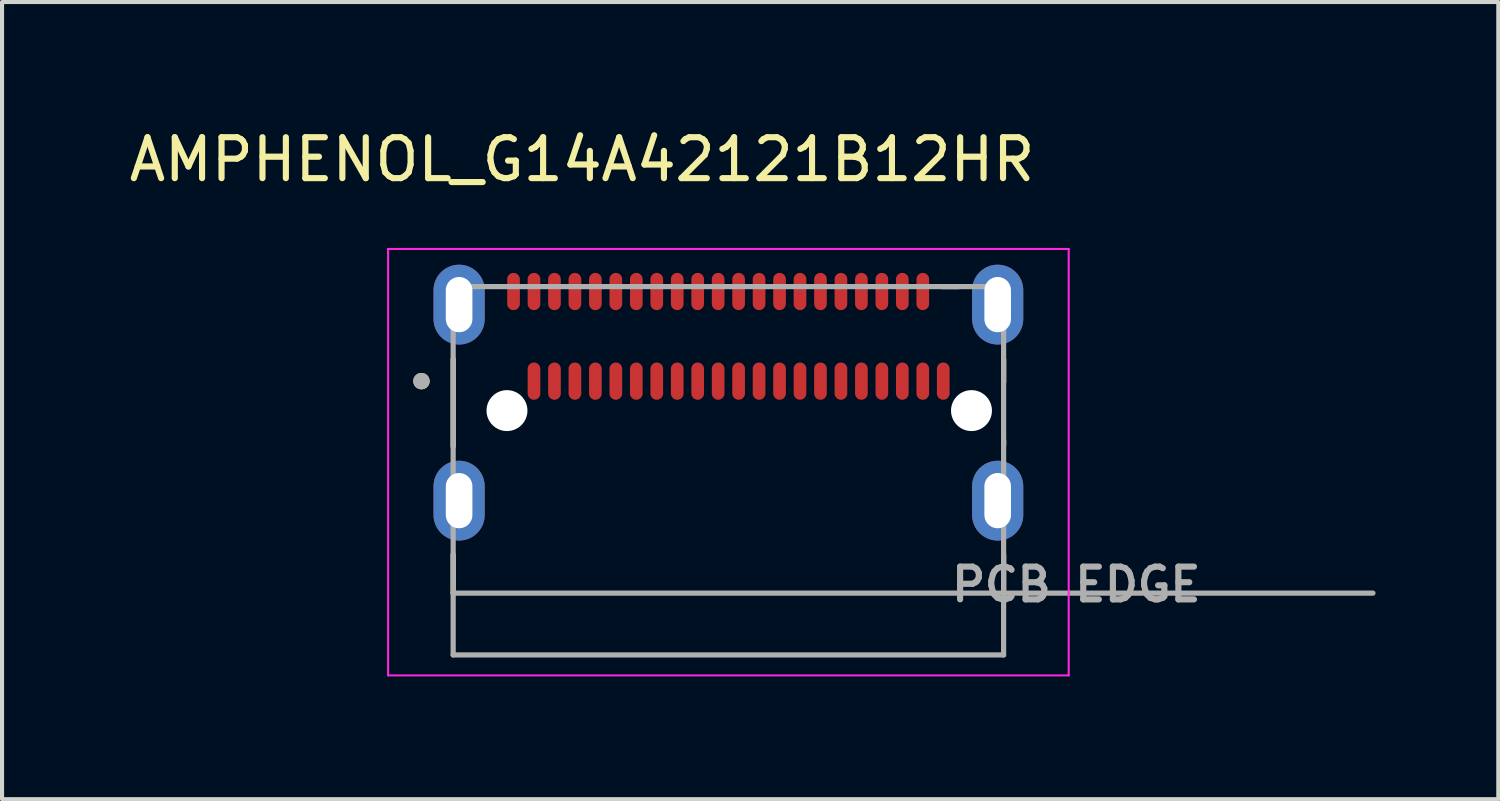
<source format=kicad_pcb>
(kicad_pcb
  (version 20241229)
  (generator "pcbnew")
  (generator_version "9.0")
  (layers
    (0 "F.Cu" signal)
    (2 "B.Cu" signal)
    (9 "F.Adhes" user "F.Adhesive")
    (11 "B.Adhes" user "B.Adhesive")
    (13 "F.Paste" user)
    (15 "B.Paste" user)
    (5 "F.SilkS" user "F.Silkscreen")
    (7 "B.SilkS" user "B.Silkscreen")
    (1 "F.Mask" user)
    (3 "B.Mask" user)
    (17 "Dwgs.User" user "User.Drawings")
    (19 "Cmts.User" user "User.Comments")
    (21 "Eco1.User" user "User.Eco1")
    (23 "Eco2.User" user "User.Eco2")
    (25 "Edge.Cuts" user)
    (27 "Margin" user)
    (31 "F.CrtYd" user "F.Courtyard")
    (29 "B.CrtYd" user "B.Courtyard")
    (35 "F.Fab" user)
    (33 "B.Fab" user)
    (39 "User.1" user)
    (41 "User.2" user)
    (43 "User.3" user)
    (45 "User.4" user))
  (footprint "AMPHENOL_G14A42121B12HR"
    (layer "F.Cu")
    (at 14.748 6.983)
    (property "Reference" "AMPHENOL_G14A42121B12HR" (at -3.575 -6.135 0) (layer "F.SilkS") (effects (font (size 1 1) (thickness 0.15))))
    (attr smd allow_soldermask_bridges)
    (fp_poly (pts (xy -5.455 -2.61) (xy -5.455 -3.21) (xy -5.455 -3.221) (xy -5.454 -3.231) (xy -5.452 -3.242) (xy -5.451 -3.253) (xy -5.448 -3.263) (xy -5.445 -3.273) (xy -5.441 -3.283) (xy -5.437 -3.293) (xy -5.433 -3.303) (xy -5.428 -3.313) (xy -5.422 -3.322) (xy -5.416 -3.33) (xy -5.409 -3.339) (xy -5.402 -3.347) (xy -5.395 -3.355) (xy -5.387 -3.362) (xy -5.379 -3.369) (xy -5.37 -3.376) (xy -5.362 -3.382) (xy -5.353 -3.388) (xy -5.343 -3.393) (xy -5.333 -3.397) (xy -5.323 -3.401) (xy -5.313 -3.405) (xy -5.303 -3.408) (xy -5.293 -3.411) (xy -5.282 -3.412) (xy -5.271 -3.414) (xy -5.261 -3.415) (xy -5.25 -3.415) (xy -5.239 -3.415) (xy -5.229 -3.414) (xy -5.218 -3.412) (xy -5.207 -3.411) (xy -5.197 -3.408) (xy -5.187 -3.405) (xy -5.177 -3.401) (xy -5.167 -3.397) (xy -5.157 -3.393) (xy -5.147 -3.388) (xy -5.138 -3.382) (xy -5.13 -3.376) (xy -5.121 -3.369) (xy -5.113 -3.362) (xy -5.105 -3.355) (xy -5.098 -3.347) (xy -5.091 -3.339) (xy -5.084 -3.33) (xy -5.078 -3.322) (xy -5.072 -3.313) (xy -5.067 -3.303) (xy -5.063 -3.293) (xy -5.059 -3.283) (xy -5.055 -3.273) (xy -5.052 -3.263) (xy -5.049 -3.253) (xy -5.048 -3.242) (xy -5.046 -3.231) (xy -5.045 -3.221) (xy -5.045 -3.21) (xy -5.045 -2.61) (xy -5.045 -2.599) (xy -5.046 -2.589) (xy -5.048 -2.578) (xy -5.049 -2.567) (xy -5.052 -2.557) (xy -5.055 -2.547) (xy -5.059 -2.537) (xy -5.063 -2.527) (xy -5.067 -2.517) (xy -5.072 -2.507) (xy -5.078 -2.498) (xy -5.084 -2.49) (xy -5.091 -2.481) (xy -5.098 -2.473) (xy -5.105 -2.465) (xy -5.113 -2.458) (xy -5.121 -2.451) (xy -5.13 -2.444) (xy -5.138 -2.438) (xy -5.147 -2.432) (xy -5.157 -2.427) (xy -5.167 -2.423) (xy -5.177 -2.419) (xy -5.187 -2.415) (xy -5.197 -2.412) (xy -5.207 -2.409) (xy -5.218 -2.408) (xy -5.229 -2.406) (xy -5.239 -2.405) (xy -5.25 -2.405) (xy -5.261 -2.405) (xy -5.271 -2.406) (xy -5.282 -2.408) (xy -5.293 -2.409) (xy -5.303 -2.412) (xy -5.313 -2.415) (xy -5.323 -2.419) (xy -5.333 -2.423) (xy -5.343 -2.427) (xy -5.353 -2.432) (xy -5.362 -2.438) (xy -5.37 -2.444) (xy -5.379 -2.451) (xy -5.387 -2.458) (xy -5.395 -2.465) (xy -5.402 -2.473) (xy -5.409 -2.481) (xy -5.416 -2.49) (xy -5.422 -2.498) (xy -5.428 -2.507) (xy -5.433 -2.517) (xy -5.437 -2.527) (xy -5.441 -2.537) (xy -5.445 -2.547) (xy -5.448 -2.557) (xy -5.451 -2.567) (xy -5.452 -2.578) (xy -5.454 -2.589) (xy -5.455 -2.599) (xy -5.455 -2.61)) (stroke (width 0.01) (type solid)) (fill yes) (layer "F.Mask"))
    (fp_poly (pts (xy -4.955 -2.61) (xy -4.955 -3.21) (xy -4.955 -3.221) (xy -4.954 -3.231) (xy -4.952 -3.242) (xy -4.951 -3.253) (xy -4.948 -3.263) (xy -4.945 -3.273) (xy -4.941 -3.283) (xy -4.937 -3.293) (xy -4.933 -3.303) (xy -4.928 -3.313) (xy -4.922 -3.322) (xy -4.916 -3.33) (xy -4.909 -3.339) (xy -4.902 -3.347) (xy -4.895 -3.355) (xy -4.887 -3.362) (xy -4.879 -3.369) (xy -4.87 -3.376) (xy -4.862 -3.382) (xy -4.853 -3.388) (xy -4.843 -3.393) (xy -4.833 -3.397) (xy -4.823 -3.401) (xy -4.813 -3.405) (xy -4.803 -3.408) (xy -4.793 -3.411) (xy -4.782 -3.412) (xy -4.771 -3.414) (xy -4.761 -3.415) (xy -4.75 -3.415) (xy -4.739 -3.415) (xy -4.729 -3.414) (xy -4.718 -3.412) (xy -4.707 -3.411) (xy -4.697 -3.408) (xy -4.687 -3.405) (xy -4.677 -3.401) (xy -4.667 -3.397) (xy -4.657 -3.393) (xy -4.647 -3.388) (xy -4.638 -3.382) (xy -4.63 -3.376) (xy -4.621 -3.369) (xy -4.613 -3.362) (xy -4.605 -3.355) (xy -4.598 -3.347) (xy -4.591 -3.339) (xy -4.584 -3.33) (xy -4.578 -3.322) (xy -4.572 -3.313) (xy -4.567 -3.303) (xy -4.563 -3.293) (xy -4.559 -3.283) (xy -4.555 -3.273) (xy -4.552 -3.263) (xy -4.549 -3.253) (xy -4.548 -3.242) (xy -4.546 -3.231) (xy -4.545 -3.221) (xy -4.545 -3.21) (xy -4.545 -2.61) (xy -4.545 -2.599) (xy -4.546 -2.589) (xy -4.548 -2.578) (xy -4.549 -2.567) (xy -4.552 -2.557) (xy -4.555 -2.547) (xy -4.559 -2.537) (xy -4.563 -2.527) (xy -4.567 -2.517) (xy -4.572 -2.507) (xy -4.578 -2.498) (xy -4.584 -2.49) (xy -4.591 -2.481) (xy -4.598 -2.473) (xy -4.605 -2.465) (xy -4.613 -2.458) (xy -4.621 -2.451) (xy -4.63 -2.444) (xy -4.638 -2.438) (xy -4.647 -2.432) (xy -4.657 -2.427) (xy -4.667 -2.423) (xy -4.677 -2.419) (xy -4.687 -2.415) (xy -4.697 -2.412) (xy -4.707 -2.409) (xy -4.718 -2.408) (xy -4.729 -2.406) (xy -4.739 -2.405) (xy -4.75 -2.405) (xy -4.761 -2.405) (xy -4.771 -2.406) (xy -4.782 -2.408) (xy -4.793 -2.409) (xy -4.803 -2.412) (xy -4.813 -2.415) (xy -4.823 -2.419) (xy -4.833 -2.423) (xy -4.843 -2.427) (xy -4.853 -2.432) (xy -4.862 -2.438) (xy -4.87 -2.444) (xy -4.879 -2.451) (xy -4.887 -2.458) (xy -4.895 -2.465) (xy -4.902 -2.473) (xy -4.909 -2.481) (xy -4.916 -2.49) (xy -4.922 -2.498) (xy -4.928 -2.507) (xy -4.933 -2.517) (xy -4.937 -2.527) (xy -4.941 -2.537) (xy -4.945 -2.547) (xy -4.948 -2.557) (xy -4.951 -2.567) (xy -4.952 -2.578) (xy -4.954 -2.589) (xy -4.955 -2.599) (xy -4.955 -2.61)) (stroke (width 0.01) (type solid)) (fill yes) (layer "F.Mask"))
    (fp_poly (pts (xy -4.955 -0.42) (xy -4.955 -1.02) (xy -4.955 -1.031) (xy -4.954 -1.041) (xy -4.952 -1.052) (xy -4.951 -1.063) (xy -4.948 -1.073) (xy -4.945 -1.083) (xy -4.941 -1.093) (xy -4.937 -1.103) (xy -4.933 -1.113) (xy -4.928 -1.123) (xy -4.922 -1.132) (xy -4.916 -1.14) (xy -4.909 -1.149) (xy -4.902 -1.157) (xy -4.895 -1.165) (xy -4.887 -1.172) (xy -4.879 -1.179) (xy -4.87 -1.186) (xy -4.862 -1.192) (xy -4.853 -1.198) (xy -4.843 -1.203) (xy -4.833 -1.207) (xy -4.823 -1.211) (xy -4.813 -1.215) (xy -4.803 -1.218) (xy -4.793 -1.221) (xy -4.782 -1.222) (xy -4.771 -1.224) (xy -4.761 -1.225) (xy -4.75 -1.225) (xy -4.739 -1.225) (xy -4.729 -1.224) (xy -4.718 -1.222) (xy -4.707 -1.221) (xy -4.697 -1.218) (xy -4.687 -1.215) (xy -4.677 -1.211) (xy -4.667 -1.207) (xy -4.657 -1.203) (xy -4.647 -1.198) (xy -4.638 -1.192) (xy -4.63 -1.186) (xy -4.621 -1.179) (xy -4.613 -1.172) (xy -4.605 -1.165) (xy -4.598 -1.157) (xy -4.591 -1.149) (xy -4.584 -1.14) (xy -4.578 -1.132) (xy -4.572 -1.123) (xy -4.567 -1.113) (xy -4.563 -1.103) (xy -4.559 -1.093) (xy -4.555 -1.083) (xy -4.552 -1.073) (xy -4.549 -1.063) (xy -4.548 -1.052) (xy -4.546 -1.041) (xy -4.545 -1.031) (xy -4.545 -1.02) (xy -4.545 -0.42) (xy -4.545 -0.409) (xy -4.546 -0.399) (xy -4.548 -0.388) (xy -4.549 -0.377) (xy -4.552 -0.367) (xy -4.555 -0.357) (xy -4.559 -0.347) (xy -4.563 -0.337) (xy -4.567 -0.327) (xy -4.572 -0.318) (xy -4.578 -0.308) (xy -4.584 -0.3) (xy -4.591 -0.291) (xy -4.598 -0.283) (xy -4.605 -0.275) (xy -4.613 -0.268) (xy -4.621 -0.261) (xy -4.63 -0.254) (xy -4.638 -0.248) (xy -4.647 -0.242) (xy -4.657 -0.237) (xy -4.667 -0.233) (xy -4.677 -0.229) (xy -4.687 -0.225) (xy -4.697 -0.222) (xy -4.707 -0.219) (xy -4.718 -0.218) (xy -4.729 -0.216) (xy -4.739 -0.215) (xy -4.75 -0.215) (xy -4.761 -0.215) (xy -4.771 -0.216) (xy -4.782 -0.218) (xy -4.793 -0.219) (xy -4.803 -0.222) (xy -4.813 -0.225) (xy -4.823 -0.229) (xy -4.833 -0.233) (xy -4.843 -0.237) (xy -4.853 -0.242) (xy -4.862 -0.248) (xy -4.87 -0.254) (xy -4.879 -0.261) (xy -4.887 -0.268) (xy -4.895 -0.275) (xy -4.902 -0.283) (xy -4.909 -0.291) (xy -4.916 -0.3) (xy -4.922 -0.308) (xy -4.928 -0.318) (xy -4.933 -0.327) (xy -4.937 -0.337) (xy -4.941 -0.347) (xy -4.945 -0.357) (xy -4.948 -0.367) (xy -4.951 -0.377) (xy -4.952 -0.388) (xy -4.954 -0.399) (xy -4.955 -0.409) (xy -4.955 -0.42)) (stroke (width 0.01) (type solid)) (fill yes) (layer "F.Mask"))
    (fp_poly (pts (xy -4.455 -2.61) (xy -4.455 -3.21) (xy -4.455 -3.221) (xy -4.454 -3.231) (xy -4.452 -3.242) (xy -4.451 -3.253) (xy -4.448 -3.263) (xy -4.445 -3.273) (xy -4.441 -3.283) (xy -4.437 -3.293) (xy -4.433 -3.303) (xy -4.428 -3.313) (xy -4.422 -3.322) (xy -4.416 -3.33) (xy -4.409 -3.339) (xy -4.402 -3.347) (xy -4.395 -3.355) (xy -4.387 -3.362) (xy -4.379 -3.369) (xy -4.37 -3.376) (xy -4.362 -3.382) (xy -4.353 -3.388) (xy -4.343 -3.393) (xy -4.333 -3.397) (xy -4.323 -3.401) (xy -4.313 -3.405) (xy -4.303 -3.408) (xy -4.293 -3.411) (xy -4.282 -3.412) (xy -4.271 -3.414) (xy -4.261 -3.415) (xy -4.25 -3.415) (xy -4.239 -3.415) (xy -4.229 -3.414) (xy -4.218 -3.412) (xy -4.207 -3.411) (xy -4.197 -3.408) (xy -4.187 -3.405) (xy -4.177 -3.401) (xy -4.167 -3.397) (xy -4.157 -3.393) (xy -4.147 -3.388) (xy -4.138 -3.382) (xy -4.13 -3.376) (xy -4.121 -3.369) (xy -4.113 -3.362) (xy -4.105 -3.355) (xy -4.098 -3.347) (xy -4.091 -3.339) (xy -4.084 -3.33) (xy -4.078 -3.322) (xy -4.072 -3.313) (xy -4.067 -3.303) (xy -4.063 -3.293) (xy -4.059 -3.283) (xy -4.055 -3.273) (xy -4.052 -3.263) (xy -4.049 -3.253) (xy -4.048 -3.242) (xy -4.046 -3.231) (xy -4.045 -3.221) (xy -4.045 -3.21) (xy -4.045 -2.61) (xy -4.045 -2.599) (xy -4.046 -2.589) (xy -4.048 -2.578) (xy -4.049 -2.567) (xy -4.052 -2.557) (xy -4.055 -2.547) (xy -4.059 -2.537) (xy -4.063 -2.527) (xy -4.067 -2.517) (xy -4.072 -2.507) (xy -4.078 -2.498) (xy -4.084 -2.49) (xy -4.091 -2.481) (xy -4.098 -2.473) (xy -4.105 -2.465) (xy -4.113 -2.458) (xy -4.121 -2.451) (xy -4.13 -2.444) (xy -4.138 -2.438) (xy -4.147 -2.432) (xy -4.157 -2.427) (xy -4.167 -2.423) (xy -4.177 -2.419) (xy -4.187 -2.415) (xy -4.197 -2.412) (xy -4.207 -2.409) (xy -4.218 -2.408) (xy -4.229 -2.406) (xy -4.239 -2.405) (xy -4.25 -2.405) (xy -4.261 -2.405) (xy -4.271 -2.406) (xy -4.282 -2.408) (xy -4.293 -2.409) (xy -4.303 -2.412) (xy -4.313 -2.415) (xy -4.323 -2.419) (xy -4.333 -2.423) (xy -4.343 -2.427) (xy -4.353 -2.432) (xy -4.362 -2.438) (xy -4.37 -2.444) (xy -4.379 -2.451) (xy -4.387 -2.458) (xy -4.395 -2.465) (xy -4.402 -2.473) (xy -4.409 -2.481) (xy -4.416 -2.49) (xy -4.422 -2.498) (xy -4.428 -2.507) (xy -4.433 -2.517) (xy -4.437 -2.527) (xy -4.441 -2.537) (xy -4.445 -2.547) (xy -4.448 -2.557) (xy -4.451 -2.567) (xy -4.452 -2.578) (xy -4.454 -2.589) (xy -4.455 -2.599) (xy -4.455 -2.61)) (stroke (width 0.01) (type solid)) (fill yes) (layer "F.Mask"))
    (fp_poly (pts (xy -4.455 -0.42) (xy -4.455 -1.02) (xy -4.455 -1.031) (xy -4.454 -1.041) (xy -4.452 -1.052) (xy -4.451 -1.063) (xy -4.448 -1.073) (xy -4.445 -1.083) (xy -4.441 -1.093) (xy -4.437 -1.103) (xy -4.433 -1.113) (xy -4.428 -1.123) (xy -4.422 -1.132) (xy -4.416 -1.14) (xy -4.409 -1.149) (xy -4.402 -1.157) (xy -4.395 -1.165) (xy -4.387 -1.172) (xy -4.379 -1.179) (xy -4.37 -1.186) (xy -4.362 -1.192) (xy -4.353 -1.198) (xy -4.343 -1.203) (xy -4.333 -1.207) (xy -4.323 -1.211) (xy -4.313 -1.215) (xy -4.303 -1.218) (xy -4.293 -1.221) (xy -4.282 -1.222) (xy -4.271 -1.224) (xy -4.261 -1.225) (xy -4.25 -1.225) (xy -4.239 -1.225) (xy -4.229 -1.224) (xy -4.218 -1.222) (xy -4.207 -1.221) (xy -4.197 -1.218) (xy -4.187 -1.215) (xy -4.177 -1.211) (xy -4.167 -1.207) (xy -4.157 -1.203) (xy -4.147 -1.198) (xy -4.138 -1.192) (xy -4.13 -1.186) (xy -4.121 -1.179) (xy -4.113 -1.172) (xy -4.105 -1.165) (xy -4.098 -1.157) (xy -4.091 -1.149) (xy -4.084 -1.14) (xy -4.078 -1.132) (xy -4.072 -1.123) (xy -4.067 -1.113) (xy -4.063 -1.103) (xy -4.059 -1.093) (xy -4.055 -1.083) (xy -4.052 -1.073) (xy -4.049 -1.063) (xy -4.048 -1.052) (xy -4.046 -1.041) (xy -4.045 -1.031) (xy -4.045 -1.02) (xy -4.045 -0.42) (xy -4.045 -0.409) (xy -4.046 -0.399) (xy -4.048 -0.388) (xy -4.049 -0.377) (xy -4.052 -0.367) (xy -4.055 -0.357) (xy -4.059 -0.347) (xy -4.063 -0.337) (xy -4.067 -0.327) (xy -4.072 -0.318) (xy -4.078 -0.308) (xy -4.084 -0.3) (xy -4.091 -0.291) (xy -4.098 -0.283) (xy -4.105 -0.275) (xy -4.113 -0.268) (xy -4.121 -0.261) (xy -4.13 -0.254) (xy -4.138 -0.248) (xy -4.147 -0.242) (xy -4.157 -0.237) (xy -4.167 -0.233) (xy -4.177 -0.229) (xy -4.187 -0.225) (xy -4.197 -0.222) (xy -4.207 -0.219) (xy -4.218 -0.218) (xy -4.229 -0.216) (xy -4.239 -0.215) (xy -4.25 -0.215) (xy -4.261 -0.215) (xy -4.271 -0.216) (xy -4.282 -0.218) (xy -4.293 -0.219) (xy -4.303 -0.222) (xy -4.313 -0.225) (xy -4.323 -0.229) (xy -4.333 -0.233) (xy -4.343 -0.237) (xy -4.353 -0.242) (xy -4.362 -0.248) (xy -4.37 -0.254) (xy -4.379 -0.261) (xy -4.387 -0.268) (xy -4.395 -0.275) (xy -4.402 -0.283) (xy -4.409 -0.291) (xy -4.416 -0.3) (xy -4.422 -0.308) (xy -4.428 -0.318) (xy -4.433 -0.327) (xy -4.437 -0.337) (xy -4.441 -0.347) (xy -4.445 -0.357) (xy -4.448 -0.367) (xy -4.451 -0.377) (xy -4.452 -0.388) (xy -4.454 -0.399) (xy -4.455 -0.409) (xy -4.455 -0.42)) (stroke (width 0.01) (type solid)) (fill yes) (layer "F.Mask"))
    (fp_poly (pts (xy -3.955 -2.61) (xy -3.955 -3.21) (xy -3.955 -3.221) (xy -3.954 -3.231) (xy -3.952 -3.242) (xy -3.951 -3.253) (xy -3.948 -3.263) (xy -3.945 -3.273) (xy -3.941 -3.283) (xy -3.937 -3.293) (xy -3.933 -3.303) (xy -3.928 -3.313) (xy -3.922 -3.322) (xy -3.916 -3.33) (xy -3.909 -3.339) (xy -3.902 -3.347) (xy -3.895 -3.355) (xy -3.887 -3.362) (xy -3.879 -3.369) (xy -3.87 -3.376) (xy -3.862 -3.382) (xy -3.853 -3.388) (xy -3.843 -3.393) (xy -3.833 -3.397) (xy -3.823 -3.401) (xy -3.813 -3.405) (xy -3.803 -3.408) (xy -3.793 -3.411) (xy -3.782 -3.412) (xy -3.771 -3.414) (xy -3.761 -3.415) (xy -3.75 -3.415) (xy -3.739 -3.415) (xy -3.729 -3.414) (xy -3.718 -3.412) (xy -3.707 -3.411) (xy -3.697 -3.408) (xy -3.687 -3.405) (xy -3.677 -3.401) (xy -3.667 -3.397) (xy -3.657 -3.393) (xy -3.647 -3.388) (xy -3.638 -3.382) (xy -3.63 -3.376) (xy -3.621 -3.369) (xy -3.613 -3.362) (xy -3.605 -3.355) (xy -3.598 -3.347) (xy -3.591 -3.339) (xy -3.584 -3.33) (xy -3.578 -3.322) (xy -3.572 -3.313) (xy -3.567 -3.303) (xy -3.563 -3.293) (xy -3.559 -3.283) (xy -3.555 -3.273) (xy -3.552 -3.263) (xy -3.549 -3.253) (xy -3.548 -3.242) (xy -3.546 -3.231) (xy -3.545 -3.221) (xy -3.545 -3.21) (xy -3.545 -2.61) (xy -3.545 -2.599) (xy -3.546 -2.589) (xy -3.548 -2.578) (xy -3.549 -2.567) (xy -3.552 -2.557) (xy -3.555 -2.547) (xy -3.559 -2.537) (xy -3.563 -2.527) (xy -3.567 -2.517) (xy -3.572 -2.507) (xy -3.578 -2.498) (xy -3.584 -2.49) (xy -3.591 -2.481) (xy -3.598 -2.473) (xy -3.605 -2.465) (xy -3.613 -2.458) (xy -3.621 -2.451) (xy -3.63 -2.444) (xy -3.638 -2.438) (xy -3.647 -2.432) (xy -3.657 -2.427) (xy -3.667 -2.423) (xy -3.677 -2.419) (xy -3.687 -2.415) (xy -3.697 -2.412) (xy -3.707 -2.409) (xy -3.718 -2.408) (xy -3.729 -2.406) (xy -3.739 -2.405) (xy -3.75 -2.405) (xy -3.761 -2.405) (xy -3.771 -2.406) (xy -3.782 -2.408) (xy -3.793 -2.409) (xy -3.803 -2.412) (xy -3.813 -2.415) (xy -3.823 -2.419) (xy -3.833 -2.423) (xy -3.843 -2.427) (xy -3.853 -2.432) (xy -3.862 -2.438) (xy -3.87 -2.444) (xy -3.879 -2.451) (xy -3.887 -2.458) (xy -3.895 -2.465) (xy -3.902 -2.473) (xy -3.909 -2.481) (xy -3.916 -2.49) (xy -3.922 -2.498) (xy -3.928 -2.507) (xy -3.933 -2.517) (xy -3.937 -2.527) (xy -3.941 -2.537) (xy -3.945 -2.547) (xy -3.948 -2.557) (xy -3.951 -2.567) (xy -3.952 -2.578) (xy -3.954 -2.589) (xy -3.955 -2.599) (xy -3.955 -2.61)) (stroke (width 0.01) (type solid)) (fill yes) (layer "F.Mask"))
    (fp_poly (pts (xy -3.955 -0.42) (xy -3.955 -1.02) (xy -3.955 -1.031) (xy -3.954 -1.041) (xy -3.952 -1.052) (xy -3.951 -1.063) (xy -3.948 -1.073) (xy -3.945 -1.083) (xy -3.941 -1.093) (xy -3.937 -1.103) (xy -3.933 -1.113) (xy -3.928 -1.123) (xy -3.922 -1.132) (xy -3.916 -1.14) (xy -3.909 -1.149) (xy -3.902 -1.157) (xy -3.895 -1.165) (xy -3.887 -1.172) (xy -3.879 -1.179) (xy -3.87 -1.186) (xy -3.862 -1.192) (xy -3.853 -1.198) (xy -3.843 -1.203) (xy -3.833 -1.207) (xy -3.823 -1.211) (xy -3.813 -1.215) (xy -3.803 -1.218) (xy -3.793 -1.221) (xy -3.782 -1.222) (xy -3.771 -1.224) (xy -3.761 -1.225) (xy -3.75 -1.225) (xy -3.739 -1.225) (xy -3.729 -1.224) (xy -3.718 -1.222) (xy -3.707 -1.221) (xy -3.697 -1.218) (xy -3.687 -1.215) (xy -3.677 -1.211) (xy -3.667 -1.207) (xy -3.657 -1.203) (xy -3.647 -1.198) (xy -3.638 -1.192) (xy -3.63 -1.186) (xy -3.621 -1.179) (xy -3.613 -1.172) (xy -3.605 -1.165) (xy -3.598 -1.157) (xy -3.591 -1.149) (xy -3.584 -1.14) (xy -3.578 -1.132) (xy -3.572 -1.123) (xy -3.567 -1.113) (xy -3.563 -1.103) (xy -3.559 -1.093) (xy -3.555 -1.083) (xy -3.552 -1.073) (xy -3.549 -1.063) (xy -3.548 -1.052) (xy -3.546 -1.041) (xy -3.545 -1.031) (xy -3.545 -1.02) (xy -3.545 -0.42) (xy -3.545 -0.409) (xy -3.546 -0.399) (xy -3.548 -0.388) (xy -3.549 -0.377) (xy -3.552 -0.367) (xy -3.555 -0.357) (xy -3.559 -0.347) (xy -3.563 -0.337) (xy -3.567 -0.327) (xy -3.572 -0.318) (xy -3.578 -0.308) (xy -3.584 -0.3) (xy -3.591 -0.291) (xy -3.598 -0.283) (xy -3.605 -0.275) (xy -3.613 -0.268) (xy -3.621 -0.261) (xy -3.63 -0.254) (xy -3.638 -0.248) (xy -3.647 -0.242) (xy -3.657 -0.237) (xy -3.667 -0.233) (xy -3.677 -0.229) (xy -3.687 -0.225) (xy -3.697 -0.222) (xy -3.707 -0.219) (xy -3.718 -0.218) (xy -3.729 -0.216) (xy -3.739 -0.215) (xy -3.75 -0.215) (xy -3.761 -0.215) (xy -3.771 -0.216) (xy -3.782 -0.218) (xy -3.793 -0.219) (xy -3.803 -0.222) (xy -3.813 -0.225) (xy -3.823 -0.229) (xy -3.833 -0.233) (xy -3.843 -0.237) (xy -3.853 -0.242) (xy -3.862 -0.248) (xy -3.87 -0.254) (xy -3.879 -0.261) (xy -3.887 -0.268) (xy -3.895 -0.275) (xy -3.902 -0.283) (xy -3.909 -0.291) (xy -3.916 -0.3) (xy -3.922 -0.308) (xy -3.928 -0.318) (xy -3.933 -0.327) (xy -3.937 -0.337) (xy -3.941 -0.347) (xy -3.945 -0.357) (xy -3.948 -0.367) (xy -3.951 -0.377) (xy -3.952 -0.388) (xy -3.954 -0.399) (xy -3.955 -0.409) (xy -3.955 -0.42)) (stroke (width 0.01) (type solid)) (fill yes) (layer "F.Mask"))
    (fp_poly (pts (xy -3.455 -2.61) (xy -3.455 -3.21) (xy -3.455 -3.221) (xy -3.454 -3.231) (xy -3.452 -3.242) (xy -3.451 -3.253) (xy -3.448 -3.263) (xy -3.445 -3.273) (xy -3.441 -3.283) (xy -3.437 -3.293) (xy -3.433 -3.303) (xy -3.428 -3.313) (xy -3.422 -3.322) (xy -3.416 -3.33) (xy -3.409 -3.339) (xy -3.402 -3.347) (xy -3.395 -3.355) (xy -3.387 -3.362) (xy -3.379 -3.369) (xy -3.37 -3.376) (xy -3.362 -3.382) (xy -3.353 -3.388) (xy -3.343 -3.393) (xy -3.333 -3.397) (xy -3.323 -3.401) (xy -3.313 -3.405) (xy -3.303 -3.408) (xy -3.293 -3.411) (xy -3.282 -3.412) (xy -3.271 -3.414) (xy -3.261 -3.415) (xy -3.25 -3.415) (xy -3.239 -3.415) (xy -3.229 -3.414) (xy -3.218 -3.412) (xy -3.207 -3.411) (xy -3.197 -3.408) (xy -3.187 -3.405) (xy -3.177 -3.401) (xy -3.167 -3.397) (xy -3.157 -3.393) (xy -3.147 -3.388) (xy -3.138 -3.382) (xy -3.13 -3.376) (xy -3.121 -3.369) (xy -3.113 -3.362) (xy -3.105 -3.355) (xy -3.098 -3.347) (xy -3.091 -3.339) (xy -3.084 -3.33) (xy -3.078 -3.322) (xy -3.072 -3.313) (xy -3.067 -3.303) (xy -3.063 -3.293) (xy -3.059 -3.283) (xy -3.055 -3.273) (xy -3.052 -3.263) (xy -3.049 -3.253) (xy -3.048 -3.242) (xy -3.046 -3.231) (xy -3.045 -3.221) (xy -3.045 -3.21) (xy -3.045 -2.61) (xy -3.045 -2.599) (xy -3.046 -2.589) (xy -3.048 -2.578) (xy -3.049 -2.567) (xy -3.052 -2.557) (xy -3.055 -2.547) (xy -3.059 -2.537) (xy -3.063 -2.527) (xy -3.067 -2.517) (xy -3.072 -2.507) (xy -3.078 -2.498) (xy -3.084 -2.49) (xy -3.091 -2.481) (xy -3.098 -2.473) (xy -3.105 -2.465) (xy -3.113 -2.458) (xy -3.121 -2.451) (xy -3.13 -2.444) (xy -3.138 -2.438) (xy -3.147 -2.432) (xy -3.157 -2.427) (xy -3.167 -2.423) (xy -3.177 -2.419) (xy -3.187 -2.415) (xy -3.197 -2.412) (xy -3.207 -2.409) (xy -3.218 -2.408) (xy -3.229 -2.406) (xy -3.239 -2.405) (xy -3.25 -2.405) (xy -3.261 -2.405) (xy -3.271 -2.406) (xy -3.282 -2.408) (xy -3.293 -2.409) (xy -3.303 -2.412) (xy -3.313 -2.415) (xy -3.323 -2.419) (xy -3.333 -2.423) (xy -3.343 -2.427) (xy -3.353 -2.432) (xy -3.362 -2.438) (xy -3.37 -2.444) (xy -3.379 -2.451) (xy -3.387 -2.458) (xy -3.395 -2.465) (xy -3.402 -2.473) (xy -3.409 -2.481) (xy -3.416 -2.49) (xy -3.422 -2.498) (xy -3.428 -2.507) (xy -3.433 -2.517) (xy -3.437 -2.527) (xy -3.441 -2.537) (xy -3.445 -2.547) (xy -3.448 -2.557) (xy -3.451 -2.567) (xy -3.452 -2.578) (xy -3.454 -2.589) (xy -3.455 -2.599) (xy -3.455 -2.61)) (stroke (width 0.01) (type solid)) (fill yes) (layer "F.Mask"))
    (fp_poly (pts (xy -3.455 -0.42) (xy -3.455 -1.02) (xy -3.455 -1.031) (xy -3.454 -1.041) (xy -3.452 -1.052) (xy -3.451 -1.063) (xy -3.448 -1.073) (xy -3.445 -1.083) (xy -3.441 -1.093) (xy -3.437 -1.103) (xy -3.433 -1.113) (xy -3.428 -1.123) (xy -3.422 -1.132) (xy -3.416 -1.14) (xy -3.409 -1.149) (xy -3.402 -1.157) (xy -3.395 -1.165) (xy -3.387 -1.172) (xy -3.379 -1.179) (xy -3.37 -1.186) (xy -3.362 -1.192) (xy -3.353 -1.198) (xy -3.343 -1.203) (xy -3.333 -1.207) (xy -3.323 -1.211) (xy -3.313 -1.215) (xy -3.303 -1.218) (xy -3.293 -1.221) (xy -3.282 -1.222) (xy -3.271 -1.224) (xy -3.261 -1.225) (xy -3.25 -1.225) (xy -3.239 -1.225) (xy -3.229 -1.224) (xy -3.218 -1.222) (xy -3.207 -1.221) (xy -3.197 -1.218) (xy -3.187 -1.215) (xy -3.177 -1.211) (xy -3.167 -1.207) (xy -3.157 -1.203) (xy -3.147 -1.198) (xy -3.138 -1.192) (xy -3.13 -1.186) (xy -3.121 -1.179) (xy -3.113 -1.172) (xy -3.105 -1.165) (xy -3.098 -1.157) (xy -3.091 -1.149) (xy -3.084 -1.14) (xy -3.078 -1.132) (xy -3.072 -1.123) (xy -3.067 -1.113) (xy -3.063 -1.103) (xy -3.059 -1.093) (xy -3.055 -1.083) (xy -3.052 -1.073) (xy -3.049 -1.063) (xy -3.048 -1.052) (xy -3.046 -1.041) (xy -3.045 -1.031) (xy -3.045 -1.02) (xy -3.045 -0.42) (xy -3.045 -0.409) (xy -3.046 -0.399) (xy -3.048 -0.388) (xy -3.049 -0.377) (xy -3.052 -0.367) (xy -3.055 -0.357) (xy -3.059 -0.347) (xy -3.063 -0.337) (xy -3.067 -0.327) (xy -3.072 -0.318) (xy -3.078 -0.308) (xy -3.084 -0.3) (xy -3.091 -0.291) (xy -3.098 -0.283) (xy -3.105 -0.275) (xy -3.113 -0.268) (xy -3.121 -0.261) (xy -3.13 -0.254) (xy -3.138 -0.248) (xy -3.147 -0.242) (xy -3.157 -0.237) (xy -3.167 -0.233) (xy -3.177 -0.229) (xy -3.187 -0.225) (xy -3.197 -0.222) (xy -3.207 -0.219) (xy -3.218 -0.218) (xy -3.229 -0.216) (xy -3.239 -0.215) (xy -3.25 -0.215) (xy -3.261 -0.215) (xy -3.271 -0.216) (xy -3.282 -0.218) (xy -3.293 -0.219) (xy -3.303 -0.222) (xy -3.313 -0.225) (xy -3.323 -0.229) (xy -3.333 -0.233) (xy -3.343 -0.237) (xy -3.353 -0.242) (xy -3.362 -0.248) (xy -3.37 -0.254) (xy -3.379 -0.261) (xy -3.387 -0.268) (xy -3.395 -0.275) (xy -3.402 -0.283) (xy -3.409 -0.291) (xy -3.416 -0.3) (xy -3.422 -0.308) (xy -3.428 -0.318) (xy -3.433 -0.327) (xy -3.437 -0.337) (xy -3.441 -0.347) (xy -3.445 -0.357) (xy -3.448 -0.367) (xy -3.451 -0.377) (xy -3.452 -0.388) (xy -3.454 -0.399) (xy -3.455 -0.409) (xy -3.455 -0.42)) (stroke (width 0.01) (type solid)) (fill yes) (layer "F.Mask"))
    (fp_poly (pts (xy -2.955 -2.61) (xy -2.955 -3.21) (xy -2.955 -3.221) (xy -2.954 -3.231) (xy -2.952 -3.242) (xy -2.951 -3.253) (xy -2.948 -3.263) (xy -2.945 -3.273) (xy -2.941 -3.283) (xy -2.937 -3.293) (xy -2.933 -3.303) (xy -2.928 -3.313) (xy -2.922 -3.322) (xy -2.916 -3.33) (xy -2.909 -3.339) (xy -2.902 -3.347) (xy -2.895 -3.355) (xy -2.887 -3.362) (xy -2.879 -3.369) (xy -2.87 -3.376) (xy -2.862 -3.382) (xy -2.853 -3.388) (xy -2.843 -3.393) (xy -2.833 -3.397) (xy -2.823 -3.401) (xy -2.813 -3.405) (xy -2.803 -3.408) (xy -2.793 -3.411) (xy -2.782 -3.412) (xy -2.771 -3.414) (xy -2.761 -3.415) (xy -2.75 -3.415) (xy -2.739 -3.415) (xy -2.729 -3.414) (xy -2.718 -3.412) (xy -2.707 -3.411) (xy -2.697 -3.408) (xy -2.687 -3.405) (xy -2.677 -3.401) (xy -2.667 -3.397) (xy -2.657 -3.393) (xy -2.647 -3.388) (xy -2.638 -3.382) (xy -2.63 -3.376) (xy -2.621 -3.369) (xy -2.613 -3.362) (xy -2.605 -3.355) (xy -2.598 -3.347) (xy -2.591 -3.339) (xy -2.584 -3.33) (xy -2.578 -3.322) (xy -2.572 -3.313) (xy -2.567 -3.303) (xy -2.563 -3.293) (xy -2.559 -3.283) (xy -2.555 -3.273) (xy -2.552 -3.263) (xy -2.549 -3.253) (xy -2.548 -3.242) (xy -2.546 -3.231) (xy -2.545 -3.221) (xy -2.545 -3.21) (xy -2.545 -2.61) (xy -2.545 -2.599) (xy -2.546 -2.589) (xy -2.548 -2.578) (xy -2.549 -2.567) (xy -2.552 -2.557) (xy -2.555 -2.547) (xy -2.559 -2.537) (xy -2.563 -2.527) (xy -2.567 -2.517) (xy -2.572 -2.507) (xy -2.578 -2.498) (xy -2.584 -2.49) (xy -2.591 -2.481) (xy -2.598 -2.473) (xy -2.605 -2.465) (xy -2.613 -2.458) (xy -2.621 -2.451) (xy -2.63 -2.444) (xy -2.638 -2.438) (xy -2.647 -2.432) (xy -2.657 -2.427) (xy -2.667 -2.423) (xy -2.677 -2.419) (xy -2.687 -2.415) (xy -2.697 -2.412) (xy -2.707 -2.409) (xy -2.718 -2.408) (xy -2.729 -2.406) (xy -2.739 -2.405) (xy -2.75 -2.405) (xy -2.761 -2.405) (xy -2.771 -2.406) (xy -2.782 -2.408) (xy -2.793 -2.409) (xy -2.803 -2.412) (xy -2.813 -2.415) (xy -2.823 -2.419) (xy -2.833 -2.423) (xy -2.843 -2.427) (xy -2.853 -2.432) (xy -2.862 -2.438) (xy -2.87 -2.444) (xy -2.879 -2.451) (xy -2.887 -2.458) (xy -2.895 -2.465) (xy -2.902 -2.473) (xy -2.909 -2.481) (xy -2.916 -2.49) (xy -2.922 -2.498) (xy -2.928 -2.507) (xy -2.933 -2.517) (xy -2.937 -2.527) (xy -2.941 -2.537) (xy -2.945 -2.547) (xy -2.948 -2.557) (xy -2.951 -2.567) (xy -2.952 -2.578) (xy -2.954 -2.589) (xy -2.955 -2.599) (xy -2.955 -2.61)) (stroke (width 0.01) (type solid)) (fill yes) (layer "F.Mask"))
    (fp_poly (pts (xy -2.955 -0.42) (xy -2.955 -1.02) (xy -2.955 -1.031) (xy -2.954 -1.041) (xy -2.952 -1.052) (xy -2.951 -1.063) (xy -2.948 -1.073) (xy -2.945 -1.083) (xy -2.941 -1.093) (xy -2.937 -1.103) (xy -2.933 -1.113) (xy -2.928 -1.123) (xy -2.922 -1.132) (xy -2.916 -1.14) (xy -2.909 -1.149) (xy -2.902 -1.157) (xy -2.895 -1.165) (xy -2.887 -1.172) (xy -2.879 -1.179) (xy -2.87 -1.186) (xy -2.862 -1.192) (xy -2.853 -1.198) (xy -2.843 -1.203) (xy -2.833 -1.207) (xy -2.823 -1.211) (xy -2.813 -1.215) (xy -2.803 -1.218) (xy -2.793 -1.221) (xy -2.782 -1.222) (xy -2.771 -1.224) (xy -2.761 -1.225) (xy -2.75 -1.225) (xy -2.739 -1.225) (xy -2.729 -1.224) (xy -2.718 -1.222) (xy -2.707 -1.221) (xy -2.697 -1.218) (xy -2.687 -1.215) (xy -2.677 -1.211) (xy -2.667 -1.207) (xy -2.657 -1.203) (xy -2.647 -1.198) (xy -2.638 -1.192) (xy -2.63 -1.186) (xy -2.621 -1.179) (xy -2.613 -1.172) (xy -2.605 -1.165) (xy -2.598 -1.157) (xy -2.591 -1.149) (xy -2.584 -1.14) (xy -2.578 -1.132) (xy -2.572 -1.123) (xy -2.567 -1.113) (xy -2.563 -1.103) (xy -2.559 -1.093) (xy -2.555 -1.083) (xy -2.552 -1.073) (xy -2.549 -1.063) (xy -2.548 -1.052) (xy -2.546 -1.041) (xy -2.545 -1.031) (xy -2.545 -1.02) (xy -2.545 -0.42) (xy -2.545 -0.409) (xy -2.546 -0.399) (xy -2.548 -0.388) (xy -2.549 -0.377) (xy -2.552 -0.367) (xy -2.555 -0.357) (xy -2.559 -0.347) (xy -2.563 -0.337) (xy -2.567 -0.327) (xy -2.572 -0.318) (xy -2.578 -0.308) (xy -2.584 -0.3) (xy -2.591 -0.291) (xy -2.598 -0.283) (xy -2.605 -0.275) (xy -2.613 -0.268) (xy -2.621 -0.261) (xy -2.63 -0.254) (xy -2.638 -0.248) (xy -2.647 -0.242) (xy -2.657 -0.237) (xy -2.667 -0.233) (xy -2.677 -0.229) (xy -2.687 -0.225) (xy -2.697 -0.222) (xy -2.707 -0.219) (xy -2.718 -0.218) (xy -2.729 -0.216) (xy -2.739 -0.215) (xy -2.75 -0.215) (xy -2.761 -0.215) (xy -2.771 -0.216) (xy -2.782 -0.218) (xy -2.793 -0.219) (xy -2.803 -0.222) (xy -2.813 -0.225) (xy -2.823 -0.229) (xy -2.833 -0.233) (xy -2.843 -0.237) (xy -2.853 -0.242) (xy -2.862 -0.248) (xy -2.87 -0.254) (xy -2.879 -0.261) (xy -2.887 -0.268) (xy -2.895 -0.275) (xy -2.902 -0.283) (xy -2.909 -0.291) (xy -2.916 -0.3) (xy -2.922 -0.308) (xy -2.928 -0.318) (xy -2.933 -0.327) (xy -2.937 -0.337) (xy -2.941 -0.347) (xy -2.945 -0.357) (xy -2.948 -0.367) (xy -2.951 -0.377) (xy -2.952 -0.388) (xy -2.954 -0.399) (xy -2.955 -0.409) (xy -2.955 -0.42)) (stroke (width 0.01) (type solid)) (fill yes) (layer "F.Mask"))
    (fp_poly (pts (xy -2.455 -2.61) (xy -2.455 -3.21) (xy -2.455 -3.221) (xy -2.454 -3.231) (xy -2.452 -3.242) (xy -2.451 -3.253) (xy -2.448 -3.263) (xy -2.445 -3.273) (xy -2.441 -3.283) (xy -2.437 -3.293) (xy -2.433 -3.303) (xy -2.428 -3.313) (xy -2.422 -3.322) (xy -2.416 -3.33) (xy -2.409 -3.339) (xy -2.402 -3.347) (xy -2.395 -3.355) (xy -2.387 -3.362) (xy -2.379 -3.369) (xy -2.37 -3.376) (xy -2.362 -3.382) (xy -2.353 -3.388) (xy -2.343 -3.393) (xy -2.333 -3.397) (xy -2.323 -3.401) (xy -2.313 -3.405) (xy -2.303 -3.408) (xy -2.293 -3.411) (xy -2.282 -3.412) (xy -2.271 -3.414) (xy -2.261 -3.415) (xy -2.25 -3.415) (xy -2.239 -3.415) (xy -2.229 -3.414) (xy -2.218 -3.412) (xy -2.207 -3.411) (xy -2.197 -3.408) (xy -2.187 -3.405) (xy -2.177 -3.401) (xy -2.167 -3.397) (xy -2.157 -3.393) (xy -2.147 -3.388) (xy -2.138 -3.382) (xy -2.13 -3.376) (xy -2.121 -3.369) (xy -2.113 -3.362) (xy -2.105 -3.355) (xy -2.098 -3.347) (xy -2.091 -3.339) (xy -2.084 -3.33) (xy -2.078 -3.322) (xy -2.072 -3.313) (xy -2.067 -3.303) (xy -2.063 -3.293) (xy -2.059 -3.283) (xy -2.055 -3.273) (xy -2.052 -3.263) (xy -2.049 -3.253) (xy -2.048 -3.242) (xy -2.046 -3.231) (xy -2.045 -3.221) (xy -2.045 -3.21) (xy -2.045 -2.61) (xy -2.045 -2.599) (xy -2.046 -2.589) (xy -2.048 -2.578) (xy -2.049 -2.567) (xy -2.052 -2.557) (xy -2.055 -2.547) (xy -2.059 -2.537) (xy -2.063 -2.527) (xy -2.067 -2.517) (xy -2.072 -2.507) (xy -2.078 -2.498) (xy -2.084 -2.49) (xy -2.091 -2.481) (xy -2.098 -2.473) (xy -2.105 -2.465) (xy -2.113 -2.458) (xy -2.121 -2.451) (xy -2.13 -2.444) (xy -2.138 -2.438) (xy -2.147 -2.432) (xy -2.157 -2.427) (xy -2.167 -2.423) (xy -2.177 -2.419) (xy -2.187 -2.415) (xy -2.197 -2.412) (xy -2.207 -2.409) (xy -2.218 -2.408) (xy -2.229 -2.406) (xy -2.239 -2.405) (xy -2.25 -2.405) (xy -2.261 -2.405) (xy -2.271 -2.406) (xy -2.282 -2.408) (xy -2.293 -2.409) (xy -2.303 -2.412) (xy -2.313 -2.415) (xy -2.323 -2.419) (xy -2.333 -2.423) (xy -2.343 -2.427) (xy -2.353 -2.432) (xy -2.362 -2.438) (xy -2.37 -2.444) (xy -2.379 -2.451) (xy -2.387 -2.458) (xy -2.395 -2.465) (xy -2.402 -2.473) (xy -2.409 -2.481) (xy -2.416 -2.49) (xy -2.422 -2.498) (xy -2.428 -2.507) (xy -2.433 -2.517) (xy -2.437 -2.527) (xy -2.441 -2.537) (xy -2.445 -2.547) (xy -2.448 -2.557) (xy -2.451 -2.567) (xy -2.452 -2.578) (xy -2.454 -2.589) (xy -2.455 -2.599) (xy -2.455 -2.61)) (stroke (width 0.01) (type solid)) (fill yes) (layer "F.Mask"))
    (fp_poly (pts (xy -2.455 -0.42) (xy -2.455 -1.02) (xy -2.455 -1.031) (xy -2.454 -1.041) (xy -2.452 -1.052) (xy -2.451 -1.063) (xy -2.448 -1.073) (xy -2.445 -1.083) (xy -2.441 -1.093) (xy -2.437 -1.103) (xy -2.433 -1.113) (xy -2.428 -1.123) (xy -2.422 -1.132) (xy -2.416 -1.14) (xy -2.409 -1.149) (xy -2.402 -1.157) (xy -2.395 -1.165) (xy -2.387 -1.172) (xy -2.379 -1.179) (xy -2.37 -1.186) (xy -2.362 -1.192) (xy -2.353 -1.198) (xy -2.343 -1.203) (xy -2.333 -1.207) (xy -2.323 -1.211) (xy -2.313 -1.215) (xy -2.303 -1.218) (xy -2.293 -1.221) (xy -2.282 -1.222) (xy -2.271 -1.224) (xy -2.261 -1.225) (xy -2.25 -1.225) (xy -2.239 -1.225) (xy -2.229 -1.224) (xy -2.218 -1.222) (xy -2.207 -1.221) (xy -2.197 -1.218) (xy -2.187 -1.215) (xy -2.177 -1.211) (xy -2.167 -1.207) (xy -2.157 -1.203) (xy -2.147 -1.198) (xy -2.138 -1.192) (xy -2.13 -1.186) (xy -2.121 -1.179) (xy -2.113 -1.172) (xy -2.105 -1.165) (xy -2.098 -1.157) (xy -2.091 -1.149) (xy -2.084 -1.14) (xy -2.078 -1.132) (xy -2.072 -1.123) (xy -2.067 -1.113) (xy -2.063 -1.103) (xy -2.059 -1.093) (xy -2.055 -1.083) (xy -2.052 -1.073) (xy -2.049 -1.063) (xy -2.048 -1.052) (xy -2.046 -1.041) (xy -2.045 -1.031) (xy -2.045 -1.02) (xy -2.045 -0.42) (xy -2.045 -0.409) (xy -2.046 -0.399) (xy -2.048 -0.388) (xy -2.049 -0.377) (xy -2.052 -0.367) (xy -2.055 -0.357) (xy -2.059 -0.347) (xy -2.063 -0.337) (xy -2.067 -0.327) (xy -2.072 -0.318) (xy -2.078 -0.308) (xy -2.084 -0.3) (xy -2.091 -0.291) (xy -2.098 -0.283) (xy -2.105 -0.275) (xy -2.113 -0.268) (xy -2.121 -0.261) (xy -2.13 -0.254) (xy -2.138 -0.248) (xy -2.147 -0.242) (xy -2.157 -0.237) (xy -2.167 -0.233) (xy -2.177 -0.229) (xy -2.187 -0.225) (xy -2.197 -0.222) (xy -2.207 -0.219) (xy -2.218 -0.218) (xy -2.229 -0.216) (xy -2.239 -0.215) (xy -2.25 -0.215) (xy -2.261 -0.215) (xy -2.271 -0.216) (xy -2.282 -0.218) (xy -2.293 -0.219) (xy -2.303 -0.222) (xy -2.313 -0.225) (xy -2.323 -0.229) (xy -2.333 -0.233) (xy -2.343 -0.237) (xy -2.353 -0.242) (xy -2.362 -0.248) (xy -2.37 -0.254) (xy -2.379 -0.261) (xy -2.387 -0.268) (xy -2.395 -0.275) (xy -2.402 -0.283) (xy -2.409 -0.291) (xy -2.416 -0.3) (xy -2.422 -0.308) (xy -2.428 -0.318) (xy -2.433 -0.327) (xy -2.437 -0.337) (xy -2.441 -0.347) (xy -2.445 -0.357) (xy -2.448 -0.367) (xy -2.451 -0.377) (xy -2.452 -0.388) (xy -2.454 -0.399) (xy -2.455 -0.409) (xy -2.455 -0.42)) (stroke (width 0.01) (type solid)) (fill yes) (layer "F.Mask"))
    (fp_poly (pts (xy -1.955 -2.61) (xy -1.955 -3.21) (xy -1.955 -3.221) (xy -1.954 -3.231) (xy -1.952 -3.242) (xy -1.951 -3.253) (xy -1.948 -3.263) (xy -1.945 -3.273) (xy -1.941 -3.283) (xy -1.937 -3.293) (xy -1.933 -3.303) (xy -1.928 -3.313) (xy -1.922 -3.322) (xy -1.916 -3.33) (xy -1.909 -3.339) (xy -1.902 -3.347) (xy -1.895 -3.355) (xy -1.887 -3.362) (xy -1.879 -3.369) (xy -1.87 -3.376) (xy -1.862 -3.382) (xy -1.853 -3.388) (xy -1.843 -3.393) (xy -1.833 -3.397) (xy -1.823 -3.401) (xy -1.813 -3.405) (xy -1.803 -3.408) (xy -1.793 -3.411) (xy -1.782 -3.412) (xy -1.771 -3.414) (xy -1.761 -3.415) (xy -1.75 -3.415) (xy -1.739 -3.415) (xy -1.729 -3.414) (xy -1.718 -3.412) (xy -1.707 -3.411) (xy -1.697 -3.408) (xy -1.687 -3.405) (xy -1.677 -3.401) (xy -1.667 -3.397) (xy -1.657 -3.393) (xy -1.647 -3.388) (xy -1.638 -3.382) (xy -1.63 -3.376) (xy -1.621 -3.369) (xy -1.613 -3.362) (xy -1.605 -3.355) (xy -1.598 -3.347) (xy -1.591 -3.339) (xy -1.584 -3.33) (xy -1.578 -3.322) (xy -1.572 -3.313) (xy -1.567 -3.303) (xy -1.563 -3.293) (xy -1.559 -3.283) (xy -1.555 -3.273) (xy -1.552 -3.263) (xy -1.549 -3.253) (xy -1.548 -3.242) (xy -1.546 -3.231) (xy -1.545 -3.221) (xy -1.545 -3.21) (xy -1.545 -2.61) (xy -1.545 -2.599) (xy -1.546 -2.589) (xy -1.548 -2.578) (xy -1.549 -2.567) (xy -1.552 -2.557) (xy -1.555 -2.547) (xy -1.559 -2.537) (xy -1.563 -2.527) (xy -1.567 -2.517) (xy -1.572 -2.507) (xy -1.578 -2.498) (xy -1.584 -2.49) (xy -1.591 -2.481) (xy -1.598 -2.473) (xy -1.605 -2.465) (xy -1.613 -2.458) (xy -1.621 -2.451) (xy -1.63 -2.444) (xy -1.638 -2.438) (xy -1.647 -2.432) (xy -1.657 -2.427) (xy -1.667 -2.423) (xy -1.677 -2.419) (xy -1.687 -2.415) (xy -1.697 -2.412) (xy -1.707 -2.409) (xy -1.718 -2.408) (xy -1.729 -2.406) (xy -1.739 -2.405) (xy -1.75 -2.405) (xy -1.761 -2.405) (xy -1.771 -2.406) (xy -1.782 -2.408) (xy -1.793 -2.409) (xy -1.803 -2.412) (xy -1.813 -2.415) (xy -1.823 -2.419) (xy -1.833 -2.423) (xy -1.843 -2.427) (xy -1.853 -2.432) (xy -1.862 -2.438) (xy -1.87 -2.444) (xy -1.879 -2.451) (xy -1.887 -2.458) (xy -1.895 -2.465) (xy -1.902 -2.473) (xy -1.909 -2.481) (xy -1.916 -2.49) (xy -1.922 -2.498) (xy -1.928 -2.507) (xy -1.933 -2.517) (xy -1.937 -2.527) (xy -1.941 -2.537) (xy -1.945 -2.547) (xy -1.948 -2.557) (xy -1.951 -2.567) (xy -1.952 -2.578) (xy -1.954 -2.589) (xy -1.955 -2.599) (xy -1.955 -2.61)) (stroke (width 0.01) (type solid)) (fill yes) (layer "F.Mask"))
    (fp_poly (pts (xy -1.955 -0.42) (xy -1.955 -1.02) (xy -1.955 -1.031) (xy -1.954 -1.041) (xy -1.952 -1.052) (xy -1.951 -1.063) (xy -1.948 -1.073) (xy -1.945 -1.083) (xy -1.941 -1.093) (xy -1.937 -1.103) (xy -1.933 -1.113) (xy -1.928 -1.123) (xy -1.922 -1.132) (xy -1.916 -1.14) (xy -1.909 -1.149) (xy -1.902 -1.157) (xy -1.895 -1.165) (xy -1.887 -1.172) (xy -1.879 -1.179) (xy -1.87 -1.186) (xy -1.862 -1.192) (xy -1.853 -1.198) (xy -1.843 -1.203) (xy -1.833 -1.207) (xy -1.823 -1.211) (xy -1.813 -1.215) (xy -1.803 -1.218) (xy -1.793 -1.221) (xy -1.782 -1.222) (xy -1.771 -1.224) (xy -1.761 -1.225) (xy -1.75 -1.225) (xy -1.739 -1.225) (xy -1.729 -1.224) (xy -1.718 -1.222) (xy -1.707 -1.221) (xy -1.697 -1.218) (xy -1.687 -1.215) (xy -1.677 -1.211) (xy -1.667 -1.207) (xy -1.657 -1.203) (xy -1.647 -1.198) (xy -1.638 -1.192) (xy -1.63 -1.186) (xy -1.621 -1.179) (xy -1.613 -1.172) (xy -1.605 -1.165) (xy -1.598 -1.157) (xy -1.591 -1.149) (xy -1.584 -1.14) (xy -1.578 -1.132) (xy -1.572 -1.123) (xy -1.567 -1.113) (xy -1.563 -1.103) (xy -1.559 -1.093) (xy -1.555 -1.083) (xy -1.552 -1.073) (xy -1.549 -1.063) (xy -1.548 -1.052) (xy -1.546 -1.041) (xy -1.545 -1.031) (xy -1.545 -1.02) (xy -1.545 -0.42) (xy -1.545 -0.409) (xy -1.546 -0.399) (xy -1.548 -0.388) (xy -1.549 -0.377) (xy -1.552 -0.367) (xy -1.555 -0.357) (xy -1.559 -0.347) (xy -1.563 -0.337) (xy -1.567 -0.327) (xy -1.572 -0.318) (xy -1.578 -0.308) (xy -1.584 -0.3) (xy -1.591 -0.291) (xy -1.598 -0.283) (xy -1.605 -0.275) (xy -1.613 -0.268) (xy -1.621 -0.261) (xy -1.63 -0.254) (xy -1.638 -0.248) (xy -1.647 -0.242) (xy -1.657 -0.237) (xy -1.667 -0.233) (xy -1.677 -0.229) (xy -1.687 -0.225) (xy -1.697 -0.222) (xy -1.707 -0.219) (xy -1.718 -0.218) (xy -1.729 -0.216) (xy -1.739 -0.215) (xy -1.75 -0.215) (xy -1.761 -0.215) (xy -1.771 -0.216) (xy -1.782 -0.218) (xy -1.793 -0.219) (xy -1.803 -0.222) (xy -1.813 -0.225) (xy -1.823 -0.229) (xy -1.833 -0.233) (xy -1.843 -0.237) (xy -1.853 -0.242) (xy -1.862 -0.248) (xy -1.87 -0.254) (xy -1.879 -0.261) (xy -1.887 -0.268) (xy -1.895 -0.275) (xy -1.902 -0.283) (xy -1.909 -0.291) (xy -1.916 -0.3) (xy -1.922 -0.308) (xy -1.928 -0.318) (xy -1.933 -0.327) (xy -1.937 -0.337) (xy -1.941 -0.347) (xy -1.945 -0.357) (xy -1.948 -0.367) (xy -1.951 -0.377) (xy -1.952 -0.388) (xy -1.954 -0.399) (xy -1.955 -0.409) (xy -1.955 -0.42)) (stroke (width 0.01) (type solid)) (fill yes) (layer "F.Mask"))
    (fp_poly (pts (xy -1.455 -2.61) (xy -1.455 -3.21) (xy -1.455 -3.221) (xy -1.454 -3.231) (xy -1.452 -3.242) (xy -1.451 -3.253) (xy -1.448 -3.263) (xy -1.445 -3.273) (xy -1.441 -3.283) (xy -1.437 -3.293) (xy -1.433 -3.303) (xy -1.428 -3.313) (xy -1.422 -3.322) (xy -1.416 -3.33) (xy -1.409 -3.339) (xy -1.402 -3.347) (xy -1.395 -3.355) (xy -1.387 -3.362) (xy -1.379 -3.369) (xy -1.37 -3.376) (xy -1.362 -3.382) (xy -1.353 -3.388) (xy -1.343 -3.393) (xy -1.333 -3.397) (xy -1.323 -3.401) (xy -1.313 -3.405) (xy -1.303 -3.408) (xy -1.293 -3.411) (xy -1.282 -3.412) (xy -1.271 -3.414) (xy -1.261 -3.415) (xy -1.25 -3.415) (xy -1.239 -3.415) (xy -1.229 -3.414) (xy -1.218 -3.412) (xy -1.207 -3.411) (xy -1.197 -3.408) (xy -1.187 -3.405) (xy -1.177 -3.401) (xy -1.167 -3.397) (xy -1.157 -3.393) (xy -1.147 -3.388) (xy -1.138 -3.382) (xy -1.13 -3.376) (xy -1.121 -3.369) (xy -1.113 -3.362) (xy -1.105 -3.355) (xy -1.098 -3.347) (xy -1.091 -3.339) (xy -1.084 -3.33) (xy -1.078 -3.322) (xy -1.072 -3.313) (xy -1.067 -3.303) (xy -1.063 -3.293) (xy -1.059 -3.283) (xy -1.055 -3.273) (xy -1.052 -3.263) (xy -1.049 -3.253) (xy -1.048 -3.242) (xy -1.046 -3.231) (xy -1.045 -3.221) (xy -1.045 -3.21) (xy -1.045 -2.61) (xy -1.045 -2.599) (xy -1.046 -2.589) (xy -1.048 -2.578) (xy -1.049 -2.567) (xy -1.052 -2.557) (xy -1.055 -2.547) (xy -1.059 -2.537) (xy -1.063 -2.527) (xy -1.067 -2.517) (xy -1.072 -2.507) (xy -1.078 -2.498) (xy -1.084 -2.49) (xy -1.091 -2.481) (xy -1.098 -2.473) (xy -1.105 -2.465) (xy -1.113 -2.458) (xy -1.121 -2.451) (xy -1.13 -2.444) (xy -1.138 -2.438) (xy -1.147 -2.432) (xy -1.157 -2.427) (xy -1.167 -2.423) (xy -1.177 -2.419) (xy -1.187 -2.415) (xy -1.197 -2.412) (xy -1.207 -2.409) (xy -1.218 -2.408) (xy -1.229 -2.406) (xy -1.239 -2.405) (xy -1.25 -2.405) (xy -1.261 -2.405) (xy -1.271 -2.406) (xy -1.282 -2.408) (xy -1.293 -2.409) (xy -1.303 -2.412) (xy -1.313 -2.415) (xy -1.323 -2.419) (xy -1.333 -2.423) (xy -1.343 -2.427) (xy -1.353 -2.432) (xy -1.362 -2.438) (xy -1.37 -2.444) (xy -1.379 -2.451) (xy -1.387 -2.458) (xy -1.395 -2.465) (xy -1.402 -2.473) (xy -1.409 -2.481) (xy -1.416 -2.49) (xy -1.422 -2.498) (xy -1.428 -2.507) (xy -1.433 -2.517) (xy -1.437 -2.527) (xy -1.441 -2.537) (xy -1.445 -2.547) (xy -1.448 -2.557) (xy -1.451 -2.567) (xy -1.452 -2.578) (xy -1.454 -2.589) (xy -1.455 -2.599) (xy -1.455 -2.61)) (stroke (width 0.01) (type solid)) (fill yes) (layer "F.Mask"))
    (fp_poly (pts (xy -1.455 -0.42) (xy -1.455 -1.02) (xy -1.455 -1.031) (xy -1.454 -1.041) (xy -1.452 -1.052) (xy -1.451 -1.063) (xy -1.448 -1.073) (xy -1.445 -1.083) (xy -1.441 -1.093) (xy -1.437 -1.103) (xy -1.433 -1.113) (xy -1.428 -1.123) (xy -1.422 -1.132) (xy -1.416 -1.14) (xy -1.409 -1.149) (xy -1.402 -1.157) (xy -1.395 -1.165) (xy -1.387 -1.172) (xy -1.379 -1.179) (xy -1.37 -1.186) (xy -1.362 -1.192) (xy -1.353 -1.198) (xy -1.343 -1.203) (xy -1.333 -1.207) (xy -1.323 -1.211) (xy -1.313 -1.215) (xy -1.303 -1.218) (xy -1.293 -1.221) (xy -1.282 -1.222) (xy -1.271 -1.224) (xy -1.261 -1.225) (xy -1.25 -1.225) (xy -1.239 -1.225) (xy -1.229 -1.224) (xy -1.218 -1.222) (xy -1.207 -1.221) (xy -1.197 -1.218) (xy -1.187 -1.215) (xy -1.177 -1.211) (xy -1.167 -1.207) (xy -1.157 -1.203) (xy -1.147 -1.198) (xy -1.138 -1.192) (xy -1.13 -1.186) (xy -1.121 -1.179) (xy -1.113 -1.172) (xy -1.105 -1.165) (xy -1.098 -1.157) (xy -1.091 -1.149) (xy -1.084 -1.14) (xy -1.078 -1.132) (xy -1.072 -1.123) (xy -1.067 -1.113) (xy -1.063 -1.103) (xy -1.059 -1.093) (xy -1.055 -1.083) (xy -1.052 -1.073) (xy -1.049 -1.063) (xy -1.048 -1.052) (xy -1.046 -1.041) (xy -1.045 -1.031) (xy -1.045 -1.02) (xy -1.045 -0.42) (xy -1.045 -0.409) (xy -1.046 -0.399) (xy -1.048 -0.388) (xy -1.049 -0.377) (xy -1.052 -0.367) (xy -1.055 -0.357) (xy -1.059 -0.347) (xy -1.063 -0.337) (xy -1.067 -0.327) (xy -1.072 -0.318) (xy -1.078 -0.308) (xy -1.084 -0.3) (xy -1.091 -0.291) (xy -1.098 -0.283) (xy -1.105 -0.275) (xy -1.113 -0.268) (xy -1.121 -0.261) (xy -1.13 -0.254) (xy -1.138 -0.248) (xy -1.147 -0.242) (xy -1.157 -0.237) (xy -1.167 -0.233) (xy -1.177 -0.229) (xy -1.187 -0.225) (xy -1.197 -0.222) (xy -1.207 -0.219) (xy -1.218 -0.218) (xy -1.229 -0.216) (xy -1.239 -0.215) (xy -1.25 -0.215) (xy -1.261 -0.215) (xy -1.271 -0.216) (xy -1.282 -0.218) (xy -1.293 -0.219) (xy -1.303 -0.222) (xy -1.313 -0.225) (xy -1.323 -0.229) (xy -1.333 -0.233) (xy -1.343 -0.237) (xy -1.353 -0.242) (xy -1.362 -0.248) (xy -1.37 -0.254) (xy -1.379 -0.261) (xy -1.387 -0.268) (xy -1.395 -0.275) (xy -1.402 -0.283) (xy -1.409 -0.291) (xy -1.416 -0.3) (xy -1.422 -0.308) (xy -1.428 -0.318) (xy -1.433 -0.327) (xy -1.437 -0.337) (xy -1.441 -0.347) (xy -1.445 -0.357) (xy -1.448 -0.367) (xy -1.451 -0.377) (xy -1.452 -0.388) (xy -1.454 -0.399) (xy -1.455 -0.409) (xy -1.455 -0.42)) (stroke (width 0.01) (type solid)) (fill yes) (layer "F.Mask"))
    (fp_poly (pts (xy -0.955 -2.61) (xy -0.955 -3.21) (xy -0.955 -3.221) (xy -0.954 -3.231) (xy -0.952 -3.242) (xy -0.951 -3.253) (xy -0.948 -3.263) (xy -0.945 -3.273) (xy -0.941 -3.283) (xy -0.937 -3.293) (xy -0.933 -3.303) (xy -0.928 -3.313) (xy -0.922 -3.322) (xy -0.916 -3.33) (xy -0.909 -3.339) (xy -0.902 -3.347) (xy -0.895 -3.355) (xy -0.887 -3.362) (xy -0.879 -3.369) (xy -0.87 -3.376) (xy -0.862 -3.382) (xy -0.853 -3.388) (xy -0.843 -3.393) (xy -0.833 -3.397) (xy -0.823 -3.401) (xy -0.813 -3.405) (xy -0.803 -3.408) (xy -0.793 -3.411) (xy -0.782 -3.412) (xy -0.771 -3.414) (xy -0.761 -3.415) (xy -0.75 -3.415) (xy -0.739 -3.415) (xy -0.729 -3.414) (xy -0.718 -3.412) (xy -0.707 -3.411) (xy -0.697 -3.408) (xy -0.687 -3.405) (xy -0.677 -3.401) (xy -0.667 -3.397) (xy -0.657 -3.393) (xy -0.647 -3.388) (xy -0.638 -3.382) (xy -0.63 -3.376) (xy -0.621 -3.369) (xy -0.613 -3.362) (xy -0.605 -3.355) (xy -0.598 -3.347) (xy -0.591 -3.339) (xy -0.584 -3.33) (xy -0.578 -3.322) (xy -0.572 -3.313) (xy -0.567 -3.303) (xy -0.563 -3.293) (xy -0.559 -3.283) (xy -0.555 -3.273) (xy -0.552 -3.263) (xy -0.549 -3.253) (xy -0.548 -3.242) (xy -0.546 -3.231) (xy -0.545 -3.221) (xy -0.545 -3.21) (xy -0.545 -2.61) (xy -0.545 -2.599) (xy -0.546 -2.589) (xy -0.548 -2.578) (xy -0.549 -2.567) (xy -0.552 -2.557) (xy -0.555 -2.547) (xy -0.559 -2.537) (xy -0.563 -2.527) (xy -0.567 -2.517) (xy -0.572 -2.507) (xy -0.578 -2.498) (xy -0.584 -2.49) (xy -0.591 -2.481) (xy -0.598 -2.473) (xy -0.605 -2.465) (xy -0.613 -2.458) (xy -0.621 -2.451) (xy -0.63 -2.444) (xy -0.638 -2.438) (xy -0.647 -2.432) (xy -0.657 -2.427) (xy -0.667 -2.423) (xy -0.677 -2.419) (xy -0.687 -2.415) (xy -0.697 -2.412) (xy -0.707 -2.409) (xy -0.718 -2.408) (xy -0.729 -2.406) (xy -0.739 -2.405) (xy -0.75 -2.405) (xy -0.761 -2.405) (xy -0.771 -2.406) (xy -0.782 -2.408) (xy -0.793 -2.409) (xy -0.803 -2.412) (xy -0.813 -2.415) (xy -0.823 -2.419) (xy -0.833 -2.423) (xy -0.843 -2.427) (xy -0.853 -2.432) (xy -0.862 -2.438) (xy -0.87 -2.444) (xy -0.879 -2.451) (xy -0.887 -2.458) (xy -0.895 -2.465) (xy -0.902 -2.473) (xy -0.909 -2.481) (xy -0.916 -2.49) (xy -0.922 -2.498) (xy -0.928 -2.507) (xy -0.933 -2.517) (xy -0.937 -2.527) (xy -0.941 -2.537) (xy -0.945 -2.547) (xy -0.948 -2.557) (xy -0.951 -2.567) (xy -0.952 -2.578) (xy -0.954 -2.589) (xy -0.955 -2.599) (xy -0.955 -2.61)) (stroke (width 0.01) (type solid)) (fill yes) (layer "F.Mask"))
    (fp_poly (pts (xy -0.955 -0.42) (xy -0.955 -1.02) (xy -0.955 -1.031) (xy -0.954 -1.041) (xy -0.952 -1.052) (xy -0.951 -1.063) (xy -0.948 -1.073) (xy -0.945 -1.083) (xy -0.941 -1.093) (xy -0.937 -1.103) (xy -0.933 -1.113) (xy -0.928 -1.123) (xy -0.922 -1.132) (xy -0.916 -1.14) (xy -0.909 -1.149) (xy -0.902 -1.157) (xy -0.895 -1.165) (xy -0.887 -1.172) (xy -0.879 -1.179) (xy -0.87 -1.186) (xy -0.862 -1.192) (xy -0.853 -1.198) (xy -0.843 -1.203) (xy -0.833 -1.207) (xy -0.823 -1.211) (xy -0.813 -1.215) (xy -0.803 -1.218) (xy -0.793 -1.221) (xy -0.782 -1.222) (xy -0.771 -1.224) (xy -0.761 -1.225) (xy -0.75 -1.225) (xy -0.739 -1.225) (xy -0.729 -1.224) (xy -0.718 -1.222) (xy -0.707 -1.221) (xy -0.697 -1.218) (xy -0.687 -1.215) (xy -0.677 -1.211) (xy -0.667 -1.207) (xy -0.657 -1.203) (xy -0.647 -1.198) (xy -0.638 -1.192) (xy -0.63 -1.186) (xy -0.621 -1.179) (xy -0.613 -1.172) (xy -0.605 -1.165) (xy -0.598 -1.157) (xy -0.591 -1.149) (xy -0.584 -1.14) (xy -0.578 -1.132) (xy -0.572 -1.123) (xy -0.567 -1.113) (xy -0.563 -1.103) (xy -0.559 -1.093) (xy -0.555 -1.083) (xy -0.552 -1.073) (xy -0.549 -1.063) (xy -0.548 -1.052) (xy -0.546 -1.041) (xy -0.545 -1.031) (xy -0.545 -1.02) (xy -0.545 -0.42) (xy -0.545 -0.409) (xy -0.546 -0.399) (xy -0.548 -0.388) (xy -0.549 -0.377) (xy -0.552 -0.367) (xy -0.555 -0.357) (xy -0.559 -0.347) (xy -0.563 -0.337) (xy -0.567 -0.327) (xy -0.572 -0.318) (xy -0.578 -0.308) (xy -0.584 -0.3) (xy -0.591 -0.291) (xy -0.598 -0.283) (xy -0.605 -0.275) (xy -0.613 -0.268) (xy -0.621 -0.261) (xy -0.63 -0.254) (xy -0.638 -0.248) (xy -0.647 -0.242) (xy -0.657 -0.237) (xy -0.667 -0.233) (xy -0.677 -0.229) (xy -0.687 -0.225) (xy -0.697 -0.222) (xy -0.707 -0.219) (xy -0.718 -0.218) (xy -0.729 -0.216) (xy -0.739 -0.215) (xy -0.75 -0.215) (xy -0.761 -0.215) (xy -0.771 -0.216) (xy -0.782 -0.218) (xy -0.793 -0.219) (xy -0.803 -0.222) (xy -0.813 -0.225) (xy -0.823 -0.229) (xy -0.833 -0.233) (xy -0.843 -0.237) (xy -0.853 -0.242) (xy -0.862 -0.248) (xy -0.87 -0.254) (xy -0.879 -0.261) (xy -0.887 -0.268) (xy -0.895 -0.275) (xy -0.902 -0.283) (xy -0.909 -0.291) (xy -0.916 -0.3) (xy -0.922 -0.308) (xy -0.928 -0.317) (xy -0.933 -0.327) (xy -0.937 -0.337) (xy -0.941 -0.347) (xy -0.945 -0.357) (xy -0.948 -0.367) (xy -0.951 -0.377) (xy -0.952 -0.388) (xy -0.954 -0.399) (xy -0.955 -0.409) (xy -0.955 -0.42)) (stroke (width 0.01) (type solid)) (fill yes) (layer "F.Mask"))
    (fp_poly (pts (xy -0.455 -2.61) (xy -0.455 -3.21) (xy -0.455 -3.221) (xy -0.454 -3.231) (xy -0.452 -3.242) (xy -0.451 -3.253) (xy -0.448 -3.263) (xy -0.445 -3.273) (xy -0.441 -3.283) (xy -0.437 -3.293) (xy -0.433 -3.303) (xy -0.428 -3.313) (xy -0.422 -3.322) (xy -0.416 -3.33) (xy -0.409 -3.339) (xy -0.402 -3.347) (xy -0.395 -3.355) (xy -0.387 -3.362) (xy -0.379 -3.369) (xy -0.37 -3.376) (xy -0.362 -3.382) (xy -0.352 -3.388) (xy -0.343 -3.393) (xy -0.333 -3.397) (xy -0.323 -3.401) (xy -0.313 -3.405) (xy -0.303 -3.408) (xy -0.293 -3.411) (xy -0.282 -3.412) (xy -0.271 -3.414) (xy -0.261 -3.415) (xy -0.25 -3.415) (xy -0.239 -3.415) (xy -0.229 -3.414) (xy -0.218 -3.412) (xy -0.207 -3.411) (xy -0.197 -3.408) (xy -0.187 -3.405) (xy -0.177 -3.401) (xy -0.167 -3.397) (xy -0.157 -3.393) (xy -0.147 -3.388) (xy -0.138 -3.382) (xy -0.13 -3.376) (xy -0.121 -3.369) (xy -0.113 -3.362) (xy -0.105 -3.355) (xy -0.098 -3.347) (xy -0.091 -3.339) (xy -0.084 -3.33) (xy -0.078 -3.322) (xy -0.072 -3.313) (xy -0.067 -3.303) (xy -0.063 -3.293) (xy -0.059 -3.283) (xy -0.055 -3.273) (xy -0.052 -3.263) (xy -0.049 -3.253) (xy -0.048 -3.242) (xy -0.046 -3.231) (xy -0.045 -3.221) (xy -0.045 -3.21) (xy -0.045 -2.61) (xy -0.045 -2.599) (xy -0.046 -2.589) (xy -0.048 -2.578) (xy -0.049 -2.567) (xy -0.052 -2.557) (xy -0.055 -2.547) (xy -0.059 -2.537) (xy -0.063 -2.527) (xy -0.067 -2.517) (xy -0.072 -2.507) (xy -0.078 -2.498) (xy -0.084 -2.49) (xy -0.091 -2.481) (xy -0.098 -2.473) (xy -0.105 -2.465) (xy -0.113 -2.458) (xy -0.121 -2.451) (xy -0.13 -2.444) (xy -0.138 -2.438) (xy -0.147 -2.432) (xy -0.157 -2.427) (xy -0.167 -2.423) (xy -0.177 -2.419) (xy -0.187 -2.415) (xy -0.197 -2.412) (xy -0.207 -2.409) (xy -0.218 -2.408) (xy -0.229 -2.406) (xy -0.239 -2.405) (xy -0.25 -2.405) (xy -0.261 -2.405) (xy -0.271 -2.406) (xy -0.282 -2.408) (xy -0.293 -2.409) (xy -0.303 -2.412) (xy -0.313 -2.415) (xy -0.323 -2.419) (xy -0.333 -2.423) (xy -0.343 -2.427) (xy -0.353 -2.432) (xy -0.362 -2.438) (xy -0.37 -2.444) (xy -0.379 -2.451) (xy -0.387 -2.458) (xy -0.395 -2.465) (xy -0.402 -2.473) (xy -0.409 -2.481) (xy -0.416 -2.49) (xy -0.422 -2.498) (xy -0.428 -2.507) (xy -0.433 -2.517) (xy -0.437 -2.527) (xy -0.441 -2.537) (xy -0.445 -2.547) (xy -0.448 -2.557) (xy -0.451 -2.567) (xy -0.452 -2.578) (xy -0.454 -2.589) (xy -0.455 -2.599) (xy -0.455 -2.61)) (stroke (width 0.01) (type solid)) (fill yes) (layer "F.Mask"))
    (fp_poly (pts (xy -0.455 -0.42) (xy -0.455 -1.02) (xy -0.455 -1.031) (xy -0.454 -1.041) (xy -0.452 -1.052) (xy -0.451 -1.063) (xy -0.448 -1.073) (xy -0.445 -1.083) (xy -0.441 -1.093) (xy -0.437 -1.103) (xy -0.433 -1.113) (xy -0.428 -1.123) (xy -0.422 -1.132) (xy -0.416 -1.14) (xy -0.409 -1.149) (xy -0.402 -1.157) (xy -0.395 -1.165) (xy -0.387 -1.172) (xy -0.379 -1.179) (xy -0.37 -1.186) (xy -0.362 -1.192) (xy -0.352 -1.198) (xy -0.343 -1.203) (xy -0.333 -1.207) (xy -0.323 -1.211) (xy -0.313 -1.215) (xy -0.303 -1.218) (xy -0.293 -1.221) (xy -0.282 -1.222) (xy -0.271 -1.224) (xy -0.261 -1.225) (xy -0.25 -1.225) (xy -0.239 -1.225) (xy -0.229 -1.224) (xy -0.218 -1.222) (xy -0.207 -1.221) (xy -0.197 -1.218) (xy -0.187 -1.215) (xy -0.177 -1.211) (xy -0.167 -1.207) (xy -0.157 -1.203) (xy -0.147 -1.198) (xy -0.138 -1.192) (xy -0.13 -1.186) (xy -0.121 -1.179) (xy -0.113 -1.172) (xy -0.105 -1.165) (xy -0.098 -1.157) (xy -0.091 -1.149) (xy -0.084 -1.14) (xy -0.078 -1.132) (xy -0.072 -1.123) (xy -0.067 -1.113) (xy -0.063 -1.103) (xy -0.059 -1.093) (xy -0.055 -1.083) (xy -0.052 -1.073) (xy -0.049 -1.063) (xy -0.048 -1.052) (xy -0.046 -1.041) (xy -0.045 -1.031) (xy -0.045 -1.02) (xy -0.045 -0.42) (xy -0.045 -0.409) (xy -0.046 -0.399) (xy -0.048 -0.388) (xy -0.049 -0.377) (xy -0.052 -0.367) (xy -0.055 -0.357) (xy -0.059 -0.347) (xy -0.063 -0.337) (xy -0.067 -0.327) (xy -0.072 -0.318) (xy -0.078 -0.308) (xy -0.084 -0.3) (xy -0.091 -0.291) (xy -0.098 -0.283) (xy -0.105 -0.275) (xy -0.113 -0.268) (xy -0.121 -0.261) (xy -0.13 -0.254) (xy -0.138 -0.248) (xy -0.147 -0.242) (xy -0.157 -0.237) (xy -0.167 -0.233) (xy -0.177 -0.229) (xy -0.187 -0.225) (xy -0.197 -0.222) (xy -0.207 -0.219) (xy -0.218 -0.218) (xy -0.229 -0.216) (xy -0.239 -0.215) (xy -0.25 -0.215) (xy -0.261 -0.215) (xy -0.271 -0.216) (xy -0.282 -0.218) (xy -0.293 -0.219) (xy -0.303 -0.222) (xy -0.313 -0.225) (xy -0.323 -0.229) (xy -0.333 -0.233) (xy -0.343 -0.237) (xy -0.353 -0.242) (xy -0.362 -0.248) (xy -0.37 -0.254) (xy -0.379 -0.261) (xy -0.387 -0.268) (xy -0.395 -0.275) (xy -0.402 -0.283) (xy -0.409 -0.291) (xy -0.416 -0.3) (xy -0.422 -0.308) (xy -0.428 -0.318) (xy -0.433 -0.327) (xy -0.437 -0.337) (xy -0.441 -0.347) (xy -0.445 -0.357) (xy -0.448 -0.367) (xy -0.451 -0.377) (xy -0.452 -0.388) (xy -0.454 -0.399) (xy -0.455 -0.409) (xy -0.455 -0.42)) (stroke (width 0.01) (type solid)) (fill yes) (layer "F.Mask"))
    (fp_poly (pts (xy 0.045 -2.61) (xy 0.045 -3.21) (xy 0.045 -3.221) (xy 0.046 -3.231) (xy 0.048 -3.242) (xy 0.049 -3.253) (xy 0.052 -3.263) (xy 0.055 -3.273) (xy 0.059 -3.283) (xy 0.063 -3.293) (xy 0.067 -3.303) (xy 0.072 -3.313) (xy 0.078 -3.322) (xy 0.084 -3.33) (xy 0.091 -3.339) (xy 0.098 -3.347) (xy 0.105 -3.355) (xy 0.113 -3.362) (xy 0.121 -3.369) (xy 0.13 -3.376) (xy 0.138 -3.382) (xy 0.148 -3.388) (xy 0.157 -3.393) (xy 0.167 -3.397) (xy 0.177 -3.401) (xy 0.187 -3.405) (xy 0.197 -3.408) (xy 0.207 -3.411) (xy 0.218 -3.412) (xy 0.229 -3.414) (xy 0.239 -3.415) (xy 0.25 -3.415) (xy 0.261 -3.415) (xy 0.271 -3.414) (xy 0.282 -3.412) (xy 0.293 -3.411) (xy 0.303 -3.408) (xy 0.313 -3.405) (xy 0.323 -3.401) (xy 0.333 -3.397) (xy 0.343 -3.393) (xy 0.353 -3.388) (xy 0.362 -3.382) (xy 0.37 -3.376) (xy 0.379 -3.369) (xy 0.387 -3.362) (xy 0.395 -3.355) (xy 0.402 -3.347) (xy 0.409 -3.339) (xy 0.416 -3.33) (xy 0.422 -3.322) (xy 0.428 -3.313) (xy 0.433 -3.303) (xy 0.437 -3.293) (xy 0.441 -3.283) (xy 0.445 -3.273) (xy 0.448 -3.263) (xy 0.451 -3.253) (xy 0.452 -3.242) (xy 0.454 -3.231) (xy 0.455 -3.221) (xy 0.455 -3.21) (xy 0.455 -2.61) (xy 0.455 -2.599) (xy 0.454 -2.589) (xy 0.452 -2.578) (xy 0.451 -2.567) (xy 0.448 -2.557) (xy 0.445 -2.547) (xy 0.441 -2.537) (xy 0.437 -2.527) (xy 0.433 -2.517) (xy 0.428 -2.507) (xy 0.422 -2.498) (xy 0.416 -2.49) (xy 0.409 -2.481) (xy 0.402 -2.473) (xy 0.395 -2.465) (xy 0.387 -2.458) (xy 0.379 -2.451) (xy 0.37 -2.444) (xy 0.362 -2.438) (xy 0.353 -2.432) (xy 0.343 -2.427) (xy 0.333 -2.423) (xy 0.323 -2.419) (xy 0.313 -2.415) (xy 0.303 -2.412) (xy 0.293 -2.409) (xy 0.282 -2.408) (xy 0.271 -2.406) (xy 0.261 -2.405) (xy 0.25 -2.405) (xy 0.239 -2.405) (xy 0.229 -2.406) (xy 0.218 -2.408) (xy 0.207 -2.409) (xy 0.197 -2.412) (xy 0.187 -2.415) (xy 0.177 -2.419) (xy 0.167 -2.423) (xy 0.157 -2.427) (xy 0.147 -2.432) (xy 0.138 -2.438) (xy 0.13 -2.444) (xy 0.121 -2.451) (xy 0.113 -2.458) (xy 0.105 -2.465) (xy 0.098 -2.473) (xy 0.091 -2.481) (xy 0.084 -2.49) (xy 0.078 -2.498) (xy 0.072 -2.507) (xy 0.067 -2.517) (xy 0.063 -2.527) (xy 0.059 -2.537) (xy 0.055 -2.547) (xy 0.052 -2.557) (xy 0.049 -2.567) (xy 0.048 -2.578) (xy 0.046 -2.589) (xy 0.045 -2.599) (xy 0.045 -2.61)) (stroke (width 0.01) (type solid)) (fill yes) (layer "F.Mask"))
    (fp_poly (pts (xy 0.045 -0.42) (xy 0.045 -1.02) (xy 0.045 -1.031) (xy 0.046 -1.041) (xy 0.048 -1.052) (xy 0.049 -1.063) (xy 0.052 -1.073) (xy 0.055 -1.083) (xy 0.059 -1.093) (xy 0.063 -1.103) (xy 0.067 -1.113) (xy 0.072 -1.123) (xy 0.078 -1.132) (xy 0.084 -1.14) (xy 0.091 -1.149) (xy 0.098 -1.157) (xy 0.105 -1.165) (xy 0.113 -1.172) (xy 0.121 -1.179) (xy 0.13 -1.186) (xy 0.138 -1.192) (xy 0.148 -1.198) (xy 0.157 -1.203) (xy 0.167 -1.207) (xy 0.177 -1.211) (xy 0.187 -1.215) (xy 0.197 -1.218) (xy 0.207 -1.221) (xy 0.218 -1.222) (xy 0.229 -1.224) (xy 0.239 -1.225) (xy 0.25 -1.225) (xy 0.261 -1.225) (xy 0.271 -1.224) (xy 0.282 -1.222) (xy 0.293 -1.221) (xy 0.303 -1.218) (xy 0.313 -1.215) (xy 0.323 -1.211) (xy 0.333 -1.207) (xy 0.343 -1.203) (xy 0.353 -1.198) (xy 0.362 -1.192) (xy 0.37 -1.186) (xy 0.379 -1.179) (xy 0.387 -1.172) (xy 0.395 -1.165) (xy 0.402 -1.157) (xy 0.409 -1.149) (xy 0.416 -1.14) (xy 0.422 -1.132) (xy 0.428 -1.123) (xy 0.433 -1.113) (xy 0.437 -1.103) (xy 0.441 -1.093) (xy 0.445 -1.083) (xy 0.448 -1.073) (xy 0.451 -1.063) (xy 0.452 -1.052) (xy 0.454 -1.041) (xy 0.455 -1.031) (xy 0.455 -1.02) (xy 0.455 -0.42) (xy 0.455 -0.409) (xy 0.454 -0.399) (xy 0.452 -0.388) (xy 0.451 -0.377) (xy 0.448 -0.367) (xy 0.445 -0.357) (xy 0.441 -0.347) (xy 0.437 -0.337) (xy 0.433 -0.327) (xy 0.428 -0.318) (xy 0.422 -0.308) (xy 0.416 -0.3) (xy 0.409 -0.291) (xy 0.402 -0.283) (xy 0.395 -0.275) (xy 0.387 -0.268) (xy 0.379 -0.261) (xy 0.37 -0.254) (xy 0.362 -0.248) (xy 0.353 -0.242) (xy 0.343 -0.237) (xy 0.333 -0.233) (xy 0.323 -0.229) (xy 0.313 -0.225) (xy 0.303 -0.222) (xy 0.293 -0.219) (xy 0.282 -0.218) (xy 0.271 -0.216) (xy 0.261 -0.215) (xy 0.25 -0.215) (xy 0.239 -0.215) (xy 0.229 -0.216) (xy 0.218 -0.218) (xy 0.207 -0.219) (xy 0.197 -0.222) (xy 0.187 -0.225) (xy 0.177 -0.229) (xy 0.167 -0.233) (xy 0.157 -0.237) (xy 0.148 -0.242) (xy 0.138 -0.248) (xy 0.13 -0.254) (xy 0.121 -0.261) (xy 0.113 -0.268) (xy 0.105 -0.275) (xy 0.098 -0.283) (xy 0.091 -0.291) (xy 0.084 -0.3) (xy 0.078 -0.308) (xy 0.072 -0.318) (xy 0.067 -0.327) (xy 0.063 -0.337) (xy 0.059 -0.347) (xy 0.055 -0.357) (xy 0.052 -0.367) (xy 0.049 -0.377) (xy 0.048 -0.388) (xy 0.046 -0.399) (xy 0.045 -0.409) (xy 0.045 -0.42)) (stroke (width 0.01) (type solid)) (fill yes) (layer "F.Mask"))
    (fp_poly (pts (xy 0.545 -2.61) (xy 0.545 -3.21) (xy 0.545 -3.221) (xy 0.546 -3.231) (xy 0.548 -3.242) (xy 0.549 -3.253) (xy 0.552 -3.263) (xy 0.555 -3.273) (xy 0.559 -3.283) (xy 0.563 -3.293) (xy 0.567 -3.303) (xy 0.572 -3.313) (xy 0.578 -3.322) (xy 0.584 -3.33) (xy 0.591 -3.339) (xy 0.598 -3.347) (xy 0.605 -3.355) (xy 0.613 -3.362) (xy 0.621 -3.369) (xy 0.63 -3.376) (xy 0.638 -3.382) (xy 0.647 -3.388) (xy 0.657 -3.393) (xy 0.667 -3.397) (xy 0.677 -3.401) (xy 0.687 -3.405) (xy 0.697 -3.408) (xy 0.707 -3.411) (xy 0.718 -3.412) (xy 0.729 -3.414) (xy 0.739 -3.415) (xy 0.75 -3.415) (xy 0.761 -3.415) (xy 0.771 -3.414) (xy 0.782 -3.412) (xy 0.793 -3.411) (xy 0.803 -3.408) (xy 0.813 -3.405) (xy 0.823 -3.401) (xy 0.833 -3.397) (xy 0.843 -3.393) (xy 0.853 -3.388) (xy 0.862 -3.382) (xy 0.87 -3.376) (xy 0.879 -3.369) (xy 0.887 -3.362) (xy 0.895 -3.355) (xy 0.902 -3.347) (xy 0.909 -3.339) (xy 0.916 -3.33) (xy 0.922 -3.322) (xy 0.928 -3.313) (xy 0.933 -3.303) (xy 0.937 -3.293) (xy 0.941 -3.283) (xy 0.945 -3.273) (xy 0.948 -3.263) (xy 0.951 -3.253) (xy 0.952 -3.242) (xy 0.954 -3.231) (xy 0.955 -3.221) (xy 0.955 -3.21) (xy 0.955 -2.61) (xy 0.955 -2.599) (xy 0.954 -2.589) (xy 0.952 -2.578) (xy 0.951 -2.567) (xy 0.948 -2.557) (xy 0.945 -2.547) (xy 0.941 -2.537) (xy 0.937 -2.527) (xy 0.933 -2.517) (xy 0.928 -2.507) (xy 0.922 -2.498) (xy 0.916 -2.49) (xy 0.909 -2.481) (xy 0.902 -2.473) (xy 0.895 -2.465) (xy 0.887 -2.458) (xy 0.879 -2.451) (xy 0.87 -2.444) (xy 0.862 -2.438) (xy 0.853 -2.432) (xy 0.843 -2.427) (xy 0.833 -2.423) (xy 0.823 -2.419) (xy 0.813 -2.415) (xy 0.803 -2.412) (xy 0.793 -2.409) (xy 0.782 -2.408) (xy 0.771 -2.406) (xy 0.761 -2.405) (xy 0.75 -2.405) (xy 0.739 -2.405) (xy 0.729 -2.406) (xy 0.718 -2.408) (xy 0.707 -2.409) (xy 0.697 -2.412) (xy 0.687 -2.415) (xy 0.677 -2.419) (xy 0.667 -2.423) (xy 0.657 -2.427) (xy 0.647 -2.432) (xy 0.638 -2.438) (xy 0.63 -2.444) (xy 0.621 -2.451) (xy 0.613 -2.458) (xy 0.605 -2.465) (xy 0.598 -2.473) (xy 0.591 -2.481) (xy 0.584 -2.49) (xy 0.578 -2.498) (xy 0.572 -2.507) (xy 0.567 -2.517) (xy 0.563 -2.527) (xy 0.559 -2.537) (xy 0.555 -2.547) (xy 0.552 -2.557) (xy 0.549 -2.567) (xy 0.548 -2.578) (xy 0.546 -2.589) (xy 0.545 -2.599) (xy 0.545 -2.61)) (stroke (width 0.01) (type solid)) (fill yes) (layer "F.Mask"))
    (fp_poly (pts (xy 0.545 -0.42) (xy 0.545 -1.02) (xy 0.545 -1.031) (xy 0.546 -1.041) (xy 0.548 -1.052) (xy 0.549 -1.063) (xy 0.552 -1.073) (xy 0.555 -1.083) (xy 0.559 -1.093) (xy 0.563 -1.103) (xy 0.567 -1.113) (xy 0.572 -1.123) (xy 0.578 -1.132) (xy 0.584 -1.14) (xy 0.591 -1.149) (xy 0.598 -1.157) (xy 0.605 -1.165) (xy 0.613 -1.172) (xy 0.621 -1.179) (xy 0.63 -1.186) (xy 0.638 -1.192) (xy 0.647 -1.198) (xy 0.657 -1.203) (xy 0.667 -1.207) (xy 0.677 -1.211) (xy 0.687 -1.215) (xy 0.697 -1.218) (xy 0.707 -1.221) (xy 0.718 -1.222) (xy 0.729 -1.224) (xy 0.739 -1.225) (xy 0.75 -1.225) (xy 0.761 -1.225) (xy 0.771 -1.224) (xy 0.782 -1.222) (xy 0.793 -1.221) (xy 0.803 -1.218) (xy 0.813 -1.215) (xy 0.823 -1.211) (xy 0.833 -1.207) (xy 0.843 -1.203) (xy 0.853 -1.198) (xy 0.862 -1.192) (xy 0.87 -1.186) (xy 0.879 -1.179) (xy 0.887 -1.172) (xy 0.895 -1.165) (xy 0.902 -1.157) (xy 0.909 -1.149) (xy 0.916 -1.14) (xy 0.922 -1.132) (xy 0.928 -1.123) (xy 0.933 -1.113) (xy 0.937 -1.103) (xy 0.941 -1.093) (xy 0.945 -1.083) (xy 0.948 -1.073) (xy 0.951 -1.063) (xy 0.952 -1.052) (xy 0.954 -1.041) (xy 0.955 -1.031) (xy 0.955 -1.02) (xy 0.955 -0.42) (xy 0.955 -0.409) (xy 0.954 -0.399) (xy 0.952 -0.388) (xy 0.951 -0.377) (xy 0.948 -0.367) (xy 0.945 -0.357) (xy 0.941 -0.347) (xy 0.937 -0.337) (xy 0.933 -0.327) (xy 0.928 -0.318) (xy 0.922 -0.308) (xy 0.916 -0.3) (xy 0.909 -0.291) (xy 0.902 -0.283) (xy 0.895 -0.275) (xy 0.887 -0.268) (xy 0.879 -0.261) (xy 0.87 -0.254) (xy 0.862 -0.248) (xy 0.853 -0.242) (xy 0.843 -0.237) (xy 0.833 -0.233) (xy 0.823 -0.229) (xy 0.813 -0.225) (xy 0.803 -0.222) (xy 0.793 -0.219) (xy 0.782 -0.218) (xy 0.771 -0.216) (xy 0.761 -0.215) (xy 0.75 -0.215) (xy 0.739 -0.215) (xy 0.729 -0.216) (xy 0.718 -0.218) (xy 0.707 -0.219) (xy 0.697 -0.222) (xy 0.687 -0.225) (xy 0.677 -0.229) (xy 0.667 -0.233) (xy 0.657 -0.237) (xy 0.647 -0.242) (xy 0.638 -0.248) (xy 0.63 -0.254) (xy 0.621 -0.261) (xy 0.613 -0.268) (xy 0.605 -0.275) (xy 0.598 -0.283) (xy 0.591 -0.291) (xy 0.584 -0.3) (xy 0.578 -0.308) (xy 0.572 -0.317) (xy 0.567 -0.327) (xy 0.563 -0.337) (xy 0.559 -0.347) (xy 0.555 -0.357) (xy 0.552 -0.367) (xy 0.549 -0.377) (xy 0.548 -0.388) (xy 0.546 -0.399) (xy 0.545 -0.409) (xy 0.545 -0.42)) (stroke (width 0.01) (type solid)) (fill yes) (layer "F.Mask"))
    (fp_poly (pts (xy 1.045 -2.61) (xy 1.045 -3.21) (xy 1.045 -3.221) (xy 1.046 -3.231) (xy 1.048 -3.242) (xy 1.049 -3.253) (xy 1.052 -3.263) (xy 1.055 -3.273) (xy 1.059 -3.283) (xy 1.063 -3.293) (xy 1.067 -3.303) (xy 1.072 -3.313) (xy 1.078 -3.322) (xy 1.084 -3.33) (xy 1.091 -3.339) (xy 1.098 -3.347) (xy 1.105 -3.355) (xy 1.113 -3.362) (xy 1.121 -3.369) (xy 1.13 -3.376) (xy 1.138 -3.382) (xy 1.147 -3.388) (xy 1.157 -3.393) (xy 1.167 -3.397) (xy 1.177 -3.401) (xy 1.187 -3.405) (xy 1.197 -3.408) (xy 1.207 -3.411) (xy 1.218 -3.412) (xy 1.229 -3.414) (xy 1.239 -3.415) (xy 1.25 -3.415) (xy 1.261 -3.415) (xy 1.271 -3.414) (xy 1.282 -3.412) (xy 1.293 -3.411) (xy 1.303 -3.408) (xy 1.313 -3.405) (xy 1.323 -3.401) (xy 1.333 -3.397) (xy 1.343 -3.393) (xy 1.353 -3.388) (xy 1.362 -3.382) (xy 1.37 -3.376) (xy 1.379 -3.369) (xy 1.387 -3.362) (xy 1.395 -3.355) (xy 1.402 -3.347) (xy 1.409 -3.339) (xy 1.416 -3.33) (xy 1.422 -3.322) (xy 1.428 -3.313) (xy 1.433 -3.303) (xy 1.437 -3.293) (xy 1.441 -3.283) (xy 1.445 -3.273) (xy 1.448 -3.263) (xy 1.451 -3.253) (xy 1.452 -3.242) (xy 1.454 -3.231) (xy 1.455 -3.221) (xy 1.455 -3.21) (xy 1.455 -2.61) (xy 1.455 -2.599) (xy 1.454 -2.589) (xy 1.452 -2.578) (xy 1.451 -2.567) (xy 1.448 -2.557) (xy 1.445 -2.547) (xy 1.441 -2.537) (xy 1.437 -2.527) (xy 1.433 -2.517) (xy 1.428 -2.507) (xy 1.422 -2.498) (xy 1.416 -2.49) (xy 1.409 -2.481) (xy 1.402 -2.473) (xy 1.395 -2.465) (xy 1.387 -2.458) (xy 1.379 -2.451) (xy 1.37 -2.444) (xy 1.362 -2.438) (xy 1.353 -2.432) (xy 1.343 -2.427) (xy 1.333 -2.423) (xy 1.323 -2.419) (xy 1.313 -2.415) (xy 1.303 -2.412) (xy 1.293 -2.409) (xy 1.282 -2.408) (xy 1.271 -2.406) (xy 1.261 -2.405) (xy 1.25 -2.405) (xy 1.239 -2.405) (xy 1.229 -2.406) (xy 1.218 -2.408) (xy 1.207 -2.409) (xy 1.197 -2.412) (xy 1.187 -2.415) (xy 1.177 -2.419) (xy 1.167 -2.423) (xy 1.157 -2.427) (xy 1.147 -2.432) (xy 1.138 -2.438) (xy 1.13 -2.444) (xy 1.121 -2.451) (xy 1.113 -2.458) (xy 1.105 -2.465) (xy 1.098 -2.473) (xy 1.091 -2.481) (xy 1.084 -2.49) (xy 1.078 -2.498) (xy 1.072 -2.507) (xy 1.067 -2.517) (xy 1.063 -2.527) (xy 1.059 -2.537) (xy 1.055 -2.547) (xy 1.052 -2.557) (xy 1.049 -2.567) (xy 1.048 -2.578) (xy 1.046 -2.589) (xy 1.045 -2.599) (xy 1.045 -2.61)) (stroke (width 0.01) (type solid)) (fill yes) (layer "F.Mask"))
    (fp_poly (pts (xy 1.045 -0.42) (xy 1.045 -1.02) (xy 1.045 -1.031) (xy 1.046 -1.041) (xy 1.048 -1.052) (xy 1.049 -1.063) (xy 1.052 -1.073) (xy 1.055 -1.083) (xy 1.059 -1.093) (xy 1.063 -1.103) (xy 1.067 -1.113) (xy 1.072 -1.123) (xy 1.078 -1.132) (xy 1.084 -1.14) (xy 1.091 -1.149) (xy 1.098 -1.157) (xy 1.105 -1.165) (xy 1.113 -1.172) (xy 1.121 -1.179) (xy 1.13 -1.186) (xy 1.138 -1.192) (xy 1.147 -1.198) (xy 1.157 -1.203) (xy 1.167 -1.207) (xy 1.177 -1.211) (xy 1.187 -1.215) (xy 1.197 -1.218) (xy 1.207 -1.221) (xy 1.218 -1.222) (xy 1.229 -1.224) (xy 1.239 -1.225) (xy 1.25 -1.225) (xy 1.261 -1.225) (xy 1.271 -1.224) (xy 1.282 -1.222) (xy 1.293 -1.221) (xy 1.303 -1.218) (xy 1.313 -1.215) (xy 1.323 -1.211) (xy 1.333 -1.207) (xy 1.343 -1.203) (xy 1.353 -1.198) (xy 1.362 -1.192) (xy 1.37 -1.186) (xy 1.379 -1.179) (xy 1.387 -1.172) (xy 1.395 -1.165) (xy 1.402 -1.157) (xy 1.409 -1.149) (xy 1.416 -1.14) (xy 1.422 -1.132) (xy 1.428 -1.123) (xy 1.433 -1.113) (xy 1.437 -1.103) (xy 1.441 -1.093) (xy 1.445 -1.083) (xy 1.448 -1.073) (xy 1.451 -1.063) (xy 1.452 -1.052) (xy 1.454 -1.041) (xy 1.455 -1.031) (xy 1.455 -1.02) (xy 1.455 -0.42) (xy 1.455 -0.409) (xy 1.454 -0.399) (xy 1.452 -0.388) (xy 1.451 -0.377) (xy 1.448 -0.367) (xy 1.445 -0.357) (xy 1.441 -0.347) (xy 1.437 -0.337) (xy 1.433 -0.327) (xy 1.428 -0.318) (xy 1.422 -0.308) (xy 1.416 -0.3) (xy 1.409 -0.291) (xy 1.402 -0.283) (xy 1.395 -0.275) (xy 1.387 -0.268) (xy 1.379 -0.261) (xy 1.37 -0.254) (xy 1.362 -0.248) (xy 1.353 -0.242) (xy 1.343 -0.237) (xy 1.333 -0.233) (xy 1.323 -0.229) (xy 1.313 -0.225) (xy 1.303 -0.222) (xy 1.293 -0.219) (xy 1.282 -0.218) (xy 1.271 -0.216) (xy 1.261 -0.215) (xy 1.25 -0.215) (xy 1.239 -0.215) (xy 1.229 -0.216) (xy 1.218 -0.218) (xy 1.207 -0.219) (xy 1.197 -0.222) (xy 1.187 -0.225) (xy 1.177 -0.229) (xy 1.167 -0.233) (xy 1.157 -0.237) (xy 1.147 -0.242) (xy 1.138 -0.248) (xy 1.13 -0.254) (xy 1.121 -0.261) (xy 1.113 -0.268) (xy 1.105 -0.275) (xy 1.098 -0.283) (xy 1.091 -0.291) (xy 1.084 -0.3) (xy 1.078 -0.308) (xy 1.072 -0.318) (xy 1.067 -0.327) (xy 1.063 -0.337) (xy 1.059 -0.347) (xy 1.055 -0.357) (xy 1.052 -0.367) (xy 1.049 -0.377) (xy 1.048 -0.388) (xy 1.046 -0.399) (xy 1.045 -0.409) (xy 1.045 -0.42)) (stroke (width 0.01) (type solid)) (fill yes) (layer "F.Mask"))
    (fp_poly (pts (xy 1.545 -2.61) (xy 1.545 -3.21) (xy 1.545 -3.221) (xy 1.546 -3.231) (xy 1.548 -3.242) (xy 1.549 -3.253) (xy 1.552 -3.263) (xy 1.555 -3.273) (xy 1.559 -3.283) (xy 1.563 -3.293) (xy 1.567 -3.303) (xy 1.572 -3.313) (xy 1.578 -3.322) (xy 1.584 -3.33) (xy 1.591 -3.339) (xy 1.598 -3.347) (xy 1.605 -3.355) (xy 1.613 -3.362) (xy 1.621 -3.369) (xy 1.63 -3.376) (xy 1.638 -3.382) (xy 1.647 -3.388) (xy 1.657 -3.393) (xy 1.667 -3.397) (xy 1.677 -3.401) (xy 1.687 -3.405) (xy 1.697 -3.408) (xy 1.707 -3.411) (xy 1.718 -3.412) (xy 1.729 -3.414) (xy 1.739 -3.415) (xy 1.75 -3.415) (xy 1.761 -3.415) (xy 1.771 -3.414) (xy 1.782 -3.412) (xy 1.793 -3.411) (xy 1.803 -3.408) (xy 1.813 -3.405) (xy 1.823 -3.401) (xy 1.833 -3.397) (xy 1.843 -3.393) (xy 1.853 -3.388) (xy 1.862 -3.382) (xy 1.87 -3.376) (xy 1.879 -3.369) (xy 1.887 -3.362) (xy 1.895 -3.355) (xy 1.902 -3.347) (xy 1.909 -3.339) (xy 1.916 -3.33) (xy 1.922 -3.322) (xy 1.928 -3.313) (xy 1.933 -3.303) (xy 1.937 -3.293) (xy 1.941 -3.283) (xy 1.945 -3.273) (xy 1.948 -3.263) (xy 1.951 -3.253) (xy 1.952 -3.242) (xy 1.954 -3.231) (xy 1.955 -3.221) (xy 1.955 -3.21) (xy 1.955 -2.61) (xy 1.955 -2.599) (xy 1.954 -2.589) (xy 1.952 -2.578) (xy 1.951 -2.567) (xy 1.948 -2.557) (xy 1.945 -2.547) (xy 1.941 -2.537) (xy 1.937 -2.527) (xy 1.933 -2.517) (xy 1.928 -2.507) (xy 1.922 -2.498) (xy 1.916 -2.49) (xy 1.909 -2.481) (xy 1.902 -2.473) (xy 1.895 -2.465) (xy 1.887 -2.458) (xy 1.879 -2.451) (xy 1.87 -2.444) (xy 1.862 -2.438) (xy 1.853 -2.432) (xy 1.843 -2.427) (xy 1.833 -2.423) (xy 1.823 -2.419) (xy 1.813 -2.415) (xy 1.803 -2.412) (xy 1.793 -2.409) (xy 1.782 -2.408) (xy 1.771 -2.406) (xy 1.761 -2.405) (xy 1.75 -2.405) (xy 1.739 -2.405) (xy 1.729 -2.406) (xy 1.718 -2.408) (xy 1.707 -2.409) (xy 1.697 -2.412) (xy 1.687 -2.415) (xy 1.677 -2.419) (xy 1.667 -2.423) (xy 1.657 -2.427) (xy 1.647 -2.432) (xy 1.638 -2.438) (xy 1.63 -2.444) (xy 1.621 -2.451) (xy 1.613 -2.458) (xy 1.605 -2.465) (xy 1.598 -2.473) (xy 1.591 -2.481) (xy 1.584 -2.49) (xy 1.578 -2.498) (xy 1.572 -2.507) (xy 1.567 -2.517) (xy 1.563 -2.527) (xy 1.559 -2.537) (xy 1.555 -2.547) (xy 1.552 -2.557) (xy 1.549 -2.567) (xy 1.548 -2.578) (xy 1.546 -2.589) (xy 1.545 -2.599) (xy 1.545 -2.61)) (stroke (width 0.01) (type solid)) (fill yes) (layer "F.Mask"))
    (fp_poly (pts (xy 1.545 -0.42) (xy 1.545 -1.02) (xy 1.545 -1.031) (xy 1.546 -1.041) (xy 1.548 -1.052) (xy 1.549 -1.063) (xy 1.552 -1.073) (xy 1.555 -1.083) (xy 1.559 -1.093) (xy 1.563 -1.103) (xy 1.567 -1.113) (xy 1.572 -1.123) (xy 1.578 -1.132) (xy 1.584 -1.14) (xy 1.591 -1.149) (xy 1.598 -1.157) (xy 1.605 -1.165) (xy 1.613 -1.172) (xy 1.621 -1.179) (xy 1.63 -1.186) (xy 1.638 -1.192) (xy 1.647 -1.198) (xy 1.657 -1.203) (xy 1.667 -1.207) (xy 1.677 -1.211) (xy 1.687 -1.215) (xy 1.697 -1.218) (xy 1.707 -1.221) (xy 1.718 -1.222) (xy 1.729 -1.224) (xy 1.739 -1.225) (xy 1.75 -1.225) (xy 1.761 -1.225) (xy 1.771 -1.224) (xy 1.782 -1.222) (xy 1.793 -1.221) (xy 1.803 -1.218) (xy 1.813 -1.215) (xy 1.823 -1.211) (xy 1.833 -1.207) (xy 1.843 -1.203) (xy 1.853 -1.198) (xy 1.862 -1.192) (xy 1.87 -1.186) (xy 1.879 -1.179) (xy 1.887 -1.172) (xy 1.895 -1.165) (xy 1.902 -1.157) (xy 1.909 -1.149) (xy 1.916 -1.14) (xy 1.922 -1.132) (xy 1.928 -1.123) (xy 1.933 -1.113) (xy 1.937 -1.103) (xy 1.941 -1.093) (xy 1.945 -1.083) (xy 1.948 -1.073) (xy 1.951 -1.063) (xy 1.952 -1.052) (xy 1.954 -1.041) (xy 1.955 -1.031) (xy 1.955 -1.02) (xy 1.955 -0.42) (xy 1.955 -0.409) (xy 1.954 -0.399) (xy 1.952 -0.388) (xy 1.951 -0.377) (xy 1.948 -0.367) (xy 1.945 -0.357) (xy 1.941 -0.347) (xy 1.937 -0.337) (xy 1.933 -0.327) (xy 1.928 -0.318) (xy 1.922 -0.308) (xy 1.916 -0.3) (xy 1.909 -0.291) (xy 1.902 -0.283) (xy 1.895 -0.275) (xy 1.887 -0.268) (xy 1.879 -0.261) (xy 1.87 -0.254) (xy 1.862 -0.248) (xy 1.853 -0.242) (xy 1.843 -0.237) (xy 1.833 -0.233) (xy 1.823 -0.229) (xy 1.813 -0.225) (xy 1.803 -0.222) (xy 1.793 -0.219) (xy 1.782 -0.218) (xy 1.771 -0.216) (xy 1.761 -0.215) (xy 1.75 -0.215) (xy 1.739 -0.215) (xy 1.729 -0.216) (xy 1.718 -0.218) (xy 1.707 -0.219) (xy 1.697 -0.222) (xy 1.687 -0.225) (xy 1.677 -0.229) (xy 1.667 -0.233) (xy 1.657 -0.237) (xy 1.647 -0.242) (xy 1.638 -0.248) (xy 1.63 -0.254) (xy 1.621 -0.261) (xy 1.613 -0.268) (xy 1.605 -0.275) (xy 1.598 -0.283) (xy 1.591 -0.291) (xy 1.584 -0.3) (xy 1.578 -0.308) (xy 1.572 -0.318) (xy 1.567 -0.327) (xy 1.563 -0.337) (xy 1.559 -0.347) (xy 1.555 -0.357) (xy 1.552 -0.367) (xy 1.549 -0.377) (xy 1.548 -0.388) (xy 1.546 -0.399) (xy 1.545 -0.409) (xy 1.545 -0.42)) (stroke (width 0.01) (type solid)) (fill yes) (layer "F.Mask"))
    (fp_poly (pts (xy 2.045 -2.61) (xy 2.045 -3.21) (xy 2.045 -3.221) (xy 2.046 -3.231) (xy 2.048 -3.242) (xy 2.049 -3.253) (xy 2.052 -3.263) (xy 2.055 -3.273) (xy 2.059 -3.283) (xy 2.063 -3.293) (xy 2.067 -3.303) (xy 2.072 -3.313) (xy 2.078 -3.322) (xy 2.084 -3.33) (xy 2.091 -3.339) (xy 2.098 -3.347) (xy 2.105 -3.355) (xy 2.113 -3.362) (xy 2.121 -3.369) (xy 2.13 -3.376) (xy 2.138 -3.382) (xy 2.147 -3.388) (xy 2.157 -3.393) (xy 2.167 -3.397) (xy 2.177 -3.401) (xy 2.187 -3.405) (xy 2.197 -3.408) (xy 2.207 -3.411) (xy 2.218 -3.412) (xy 2.229 -3.414) (xy 2.239 -3.415) (xy 2.25 -3.415) (xy 2.261 -3.415) (xy 2.271 -3.414) (xy 2.282 -3.412) (xy 2.293 -3.411) (xy 2.303 -3.408) (xy 2.313 -3.405) (xy 2.323 -3.401) (xy 2.333 -3.397) (xy 2.343 -3.393) (xy 2.353 -3.388) (xy 2.362 -3.382) (xy 2.37 -3.376) (xy 2.379 -3.369) (xy 2.387 -3.362) (xy 2.395 -3.355) (xy 2.402 -3.347) (xy 2.409 -3.339) (xy 2.416 -3.33) (xy 2.422 -3.322) (xy 2.428 -3.313) (xy 2.433 -3.303) (xy 2.437 -3.293) (xy 2.441 -3.283) (xy 2.445 -3.273) (xy 2.448 -3.263) (xy 2.451 -3.253) (xy 2.452 -3.242) (xy 2.454 -3.231) (xy 2.455 -3.221) (xy 2.455 -3.21) (xy 2.455 -2.61) (xy 2.455 -2.599) (xy 2.454 -2.589) (xy 2.452 -2.578) (xy 2.451 -2.567) (xy 2.448 -2.557) (xy 2.445 -2.547) (xy 2.441 -2.537) (xy 2.437 -2.527) (xy 2.433 -2.517) (xy 2.428 -2.507) (xy 2.422 -2.498) (xy 2.416 -2.49) (xy 2.409 -2.481) (xy 2.402 -2.473) (xy 2.395 -2.465) (xy 2.387 -2.458) (xy 2.379 -2.451) (xy 2.37 -2.444) (xy 2.362 -2.438) (xy 2.353 -2.432) (xy 2.343 -2.427) (xy 2.333 -2.423) (xy 2.323 -2.419) (xy 2.313 -2.415) (xy 2.303 -2.412) (xy 2.293 -2.409) (xy 2.282 -2.408) (xy 2.271 -2.406) (xy 2.261 -2.405) (xy 2.25 -2.405) (xy 2.239 -2.405) (xy 2.229 -2.406) (xy 2.218 -2.408) (xy 2.207 -2.409) (xy 2.197 -2.412) (xy 2.187 -2.415) (xy 2.177 -2.419) (xy 2.167 -2.423) (xy 2.157 -2.427) (xy 2.147 -2.432) (xy 2.138 -2.438) (xy 2.13 -2.444) (xy 2.121 -2.451) (xy 2.113 -2.458) (xy 2.105 -2.465) (xy 2.098 -2.473) (xy 2.091 -2.481) (xy 2.084 -2.49) (xy 2.078 -2.498) (xy 2.072 -2.507) (xy 2.067 -2.517) (xy 2.063 -2.527) (xy 2.059 -2.537) (xy 2.055 -2.547) (xy 2.052 -2.557) (xy 2.049 -2.567) (xy 2.048 -2.578) (xy 2.046 -2.589) (xy 2.045 -2.599) (xy 2.045 -2.61)) (stroke (width 0.01) (type solid)) (fill yes) (layer "F.Mask"))
    (fp_poly (pts (xy 2.045 -0.42) (xy 2.045 -1.02) (xy 2.045 -1.031) (xy 2.046 -1.041) (xy 2.048 -1.052) (xy 2.049 -1.063) (xy 2.052 -1.073) (xy 2.055 -1.083) (xy 2.059 -1.093) (xy 2.063 -1.103) (xy 2.067 -1.113) (xy 2.072 -1.123) (xy 2.078 -1.132) (xy 2.084 -1.14) (xy 2.091 -1.149) (xy 2.098 -1.157) (xy 2.105 -1.165) (xy 2.113 -1.172) (xy 2.121 -1.179) (xy 2.13 -1.186) (xy 2.138 -1.192) (xy 2.147 -1.198) (xy 2.157 -1.203) (xy 2.167 -1.207) (xy 2.177 -1.211) (xy 2.187 -1.215) (xy 2.197 -1.218) (xy 2.207 -1.221) (xy 2.218 -1.222) (xy 2.229 -1.224) (xy 2.239 -1.225) (xy 2.25 -1.225) (xy 2.261 -1.225) (xy 2.271 -1.224) (xy 2.282 -1.222) (xy 2.293 -1.221) (xy 2.303 -1.218) (xy 2.313 -1.215) (xy 2.323 -1.211) (xy 2.333 -1.207) (xy 2.343 -1.203) (xy 2.353 -1.198) (xy 2.362 -1.192) (xy 2.37 -1.186) (xy 2.379 -1.179) (xy 2.387 -1.172) (xy 2.395 -1.165) (xy 2.402 -1.157) (xy 2.409 -1.149) (xy 2.416 -1.14) (xy 2.422 -1.132) (xy 2.428 -1.123) (xy 2.433 -1.113) (xy 2.437 -1.103) (xy 2.441 -1.093) (xy 2.445 -1.083) (xy 2.448 -1.073) (xy 2.451 -1.063) (xy 2.452 -1.052) (xy 2.454 -1.041) (xy 2.455 -1.031) (xy 2.455 -1.02) (xy 2.455 -0.42) (xy 2.455 -0.409) (xy 2.454 -0.399) (xy 2.452 -0.388) (xy 2.451 -0.377) (xy 2.448 -0.367) (xy 2.445 -0.357) (xy 2.441 -0.347) (xy 2.437 -0.337) (xy 2.433 -0.327) (xy 2.428 -0.318) (xy 2.422 -0.308) (xy 2.416 -0.3) (xy 2.409 -0.291) (xy 2.402 -0.283) (xy 2.395 -0.275) (xy 2.387 -0.268) (xy 2.379 -0.261) (xy 2.37 -0.254) (xy 2.362 -0.248) (xy 2.353 -0.242) (xy 2.343 -0.237) (xy 2.333 -0.233) (xy 2.323 -0.229) (xy 2.313 -0.225) (xy 2.303 -0.222) (xy 2.293 -0.219) (xy 2.282 -0.218) (xy 2.271 -0.216) (xy 2.261 -0.215) (xy 2.25 -0.215) (xy 2.239 -0.215) (xy 2.229 -0.216) (xy 2.218 -0.218) (xy 2.207 -0.219) (xy 2.197 -0.222) (xy 2.187 -0.225) (xy 2.177 -0.229) (xy 2.167 -0.233) (xy 2.157 -0.237) (xy 2.147 -0.242) (xy 2.138 -0.248) (xy 2.13 -0.254) (xy 2.121 -0.261) (xy 2.113 -0.268) (xy 2.105 -0.275) (xy 2.098 -0.283) (xy 2.091 -0.291) (xy 2.084 -0.3) (xy 2.078 -0.308) (xy 2.072 -0.318) (xy 2.067 -0.327) (xy 2.063 -0.337) (xy 2.059 -0.347) (xy 2.055 -0.357) (xy 2.052 -0.367) (xy 2.049 -0.377) (xy 2.048 -0.388) (xy 2.046 -0.399) (xy 2.045 -0.409) (xy 2.045 -0.42)) (stroke (width 0.01) (type solid)) (fill yes) (layer "F.Mask"))
    (fp_poly (pts (xy 2.545 -2.61) (xy 2.545 -3.21) (xy 2.545 -3.221) (xy 2.546 -3.231) (xy 2.548 -3.242) (xy 2.549 -3.253) (xy 2.552 -3.263) (xy 2.555 -3.273) (xy 2.559 -3.283) (xy 2.563 -3.293) (xy 2.567 -3.303) (xy 2.572 -3.313) (xy 2.578 -3.322) (xy 2.584 -3.33) (xy 2.591 -3.339) (xy 2.598 -3.347) (xy 2.605 -3.355) (xy 2.613 -3.362) (xy 2.621 -3.369) (xy 2.63 -3.376) (xy 2.638 -3.382) (xy 2.647 -3.388) (xy 2.657 -3.393) (xy 2.667 -3.397) (xy 2.677 -3.401) (xy 2.687 -3.405) (xy 2.697 -3.408) (xy 2.707 -3.411) (xy 2.718 -3.412) (xy 2.729 -3.414) (xy 2.739 -3.415) (xy 2.75 -3.415) (xy 2.761 -3.415) (xy 2.771 -3.414) (xy 2.782 -3.412) (xy 2.793 -3.411) (xy 2.803 -3.408) (xy 2.813 -3.405) (xy 2.823 -3.401) (xy 2.833 -3.397) (xy 2.843 -3.393) (xy 2.853 -3.388) (xy 2.862 -3.382) (xy 2.87 -3.376) (xy 2.879 -3.369) (xy 2.887 -3.362) (xy 2.895 -3.355) (xy 2.902 -3.347) (xy 2.909 -3.339) (xy 2.916 -3.33) (xy 2.922 -3.322) (xy 2.928 -3.313) (xy 2.933 -3.303) (xy 2.937 -3.293) (xy 2.941 -3.283) (xy 2.945 -3.273) (xy 2.948 -3.263) (xy 2.951 -3.253) (xy 2.952 -3.242) (xy 2.954 -3.231) (xy 2.955 -3.221) (xy 2.955 -3.21) (xy 2.955 -2.61) (xy 2.955 -2.599) (xy 2.954 -2.589) (xy 2.952 -2.578) (xy 2.951 -2.567) (xy 2.948 -2.557) (xy 2.945 -2.547) (xy 2.941 -2.537) (xy 2.937 -2.527) (xy 2.933 -2.517) (xy 2.928 -2.507) (xy 2.922 -2.498) (xy 2.916 -2.49) (xy 2.909 -2.481) (xy 2.902 -2.473) (xy 2.895 -2.465) (xy 2.887 -2.458) (xy 2.879 -2.451) (xy 2.87 -2.444) (xy 2.862 -2.438) (xy 2.853 -2.432) (xy 2.843 -2.427) (xy 2.833 -2.423) (xy 2.823 -2.419) (xy 2.813 -2.415) (xy 2.803 -2.412) (xy 2.793 -2.409) (xy 2.782 -2.408) (xy 2.771 -2.406) (xy 2.761 -2.405) (xy 2.75 -2.405) (xy 2.739 -2.405) (xy 2.729 -2.406) (xy 2.718 -2.408) (xy 2.707 -2.409) (xy 2.697 -2.412) (xy 2.687 -2.415) (xy 2.677 -2.419) (xy 2.667 -2.423) (xy 2.657 -2.427) (xy 2.647 -2.432) (xy 2.638 -2.438) (xy 2.63 -2.444) (xy 2.621 -2.451) (xy 2.613 -2.458) (xy 2.605 -2.465) (xy 2.598 -2.473) (xy 2.591 -2.481) (xy 2.584 -2.49) (xy 2.578 -2.498) (xy 2.572 -2.507) (xy 2.567 -2.517) (xy 2.563 -2.527) (xy 2.559 -2.537) (xy 2.555 -2.547) (xy 2.552 -2.557) (xy 2.549 -2.567) (xy 2.548 -2.578) (xy 2.546 -2.589) (xy 2.545 -2.599) (xy 2.545 -2.61)) (stroke (width 0.01) (type solid)) (fill yes) (layer "F.Mask"))
    (fp_poly (pts (xy 2.545 -0.42) (xy 2.545 -1.02) (xy 2.545 -1.031) (xy 2.546 -1.041) (xy 2.548 -1.052) (xy 2.549 -1.063) (xy 2.552 -1.073) (xy 2.555 -1.083) (xy 2.559 -1.093) (xy 2.563 -1.103) (xy 2.567 -1.113) (xy 2.572 -1.123) (xy 2.578 -1.132) (xy 2.584 -1.14) (xy 2.591 -1.149) (xy 2.598 -1.157) (xy 2.605 -1.165) (xy 2.613 -1.172) (xy 2.621 -1.179) (xy 2.63 -1.186) (xy 2.638 -1.192) (xy 2.647 -1.198) (xy 2.657 -1.203) (xy 2.667 -1.207) (xy 2.677 -1.211) (xy 2.687 -1.215) (xy 2.697 -1.218) (xy 2.707 -1.221) (xy 2.718 -1.222) (xy 2.729 -1.224) (xy 2.739 -1.225) (xy 2.75 -1.225) (xy 2.761 -1.225) (xy 2.771 -1.224) (xy 2.782 -1.222) (xy 2.793 -1.221) (xy 2.803 -1.218) (xy 2.813 -1.215) (xy 2.823 -1.211) (xy 2.833 -1.207) (xy 2.843 -1.203) (xy 2.853 -1.198) (xy 2.862 -1.192) (xy 2.87 -1.186) (xy 2.879 -1.179) (xy 2.887 -1.172) (xy 2.895 -1.165) (xy 2.902 -1.157) (xy 2.909 -1.149) (xy 2.916 -1.14) (xy 2.922 -1.132) (xy 2.928 -1.123) (xy 2.933 -1.113) (xy 2.937 -1.103) (xy 2.941 -1.093) (xy 2.945 -1.083) (xy 2.948 -1.073) (xy 2.951 -1.063) (xy 2.952 -1.052) (xy 2.954 -1.041) (xy 2.955 -1.031) (xy 2.955 -1.02) (xy 2.955 -0.42) (xy 2.955 -0.409) (xy 2.954 -0.399) (xy 2.952 -0.388) (xy 2.951 -0.377) (xy 2.948 -0.367) (xy 2.945 -0.357) (xy 2.941 -0.347) (xy 2.937 -0.337) (xy 2.933 -0.327) (xy 2.928 -0.318) (xy 2.922 -0.308) (xy 2.916 -0.3) (xy 2.909 -0.291) (xy 2.902 -0.283) (xy 2.895 -0.275) (xy 2.887 -0.268) (xy 2.879 -0.261) (xy 2.87 -0.254) (xy 2.862 -0.248) (xy 2.853 -0.242) (xy 2.843 -0.237) (xy 2.833 -0.233) (xy 2.823 -0.229) (xy 2.813 -0.225) (xy 2.803 -0.222) (xy 2.793 -0.219) (xy 2.782 -0.218) (xy 2.771 -0.216) (xy 2.761 -0.215) (xy 2.75 -0.215) (xy 2.739 -0.215) (xy 2.729 -0.216) (xy 2.718 -0.218) (xy 2.707 -0.219) (xy 2.697 -0.222) (xy 2.687 -0.225) (xy 2.677 -0.229) (xy 2.667 -0.233) (xy 2.657 -0.237) (xy 2.647 -0.242) (xy 2.638 -0.248) (xy 2.63 -0.254) (xy 2.621 -0.261) (xy 2.613 -0.268) (xy 2.605 -0.275) (xy 2.598 -0.283) (xy 2.591 -0.291) (xy 2.584 -0.3) (xy 2.578 -0.308) (xy 2.572 -0.318) (xy 2.567 -0.327) (xy 2.563 -0.337) (xy 2.559 -0.347) (xy 2.555 -0.357) (xy 2.552 -0.367) (xy 2.549 -0.377) (xy 2.548 -0.388) (xy 2.546 -0.399) (xy 2.545 -0.409) (xy 2.545 -0.42)) (stroke (width 0.01) (type solid)) (fill yes) (layer "F.Mask"))
    (fp_poly (pts (xy 3.045 -2.61) (xy 3.045 -3.21) (xy 3.045 -3.221) (xy 3.046 -3.231) (xy 3.048 -3.242) (xy 3.049 -3.253) (xy 3.052 -3.263) (xy 3.055 -3.273) (xy 3.059 -3.283) (xy 3.063 -3.293) (xy 3.067 -3.303) (xy 3.072 -3.313) (xy 3.078 -3.322) (xy 3.084 -3.33) (xy 3.091 -3.339) (xy 3.098 -3.347) (xy 3.105 -3.355) (xy 3.113 -3.362) (xy 3.121 -3.369) (xy 3.13 -3.376) (xy 3.138 -3.382) (xy 3.147 -3.388) (xy 3.157 -3.393) (xy 3.167 -3.397) (xy 3.177 -3.401) (xy 3.187 -3.405) (xy 3.197 -3.408) (xy 3.207 -3.411) (xy 3.218 -3.412) (xy 3.229 -3.414) (xy 3.239 -3.415) (xy 3.25 -3.415) (xy 3.261 -3.415) (xy 3.271 -3.414) (xy 3.282 -3.412) (xy 3.293 -3.411) (xy 3.303 -3.408) (xy 3.313 -3.405) (xy 3.323 -3.401) (xy 3.333 -3.397) (xy 3.343 -3.393) (xy 3.353 -3.388) (xy 3.362 -3.382) (xy 3.37 -3.376) (xy 3.379 -3.369) (xy 3.387 -3.362) (xy 3.395 -3.355) (xy 3.402 -3.347) (xy 3.409 -3.339) (xy 3.416 -3.33) (xy 3.422 -3.322) (xy 3.428 -3.313) (xy 3.433 -3.303) (xy 3.437 -3.293) (xy 3.441 -3.283) (xy 3.445 -3.273) (xy 3.448 -3.263) (xy 3.451 -3.253) (xy 3.452 -3.242) (xy 3.454 -3.231) (xy 3.455 -3.221) (xy 3.455 -3.21) (xy 3.455 -2.61) (xy 3.455 -2.599) (xy 3.454 -2.589) (xy 3.452 -2.578) (xy 3.451 -2.567) (xy 3.448 -2.557) (xy 3.445 -2.547) (xy 3.441 -2.537) (xy 3.437 -2.527) (xy 3.433 -2.517) (xy 3.428 -2.507) (xy 3.422 -2.498) (xy 3.416 -2.49) (xy 3.409 -2.481) (xy 3.402 -2.473) (xy 3.395 -2.465) (xy 3.387 -2.458) (xy 3.379 -2.451) (xy 3.37 -2.444) (xy 3.362 -2.438) (xy 3.353 -2.432) (xy 3.343 -2.427) (xy 3.333 -2.423) (xy 3.323 -2.419) (xy 3.313 -2.415) (xy 3.303 -2.412) (xy 3.293 -2.409) (xy 3.282 -2.408) (xy 3.271 -2.406) (xy 3.261 -2.405) (xy 3.25 -2.405) (xy 3.239 -2.405) (xy 3.229 -2.406) (xy 3.218 -2.408) (xy 3.207 -2.409) (xy 3.197 -2.412) (xy 3.187 -2.415) (xy 3.177 -2.419) (xy 3.167 -2.423) (xy 3.157 -2.427) (xy 3.147 -2.432) (xy 3.138 -2.438) (xy 3.13 -2.444) (xy 3.121 -2.451) (xy 3.113 -2.458) (xy 3.105 -2.465) (xy 3.098 -2.473) (xy 3.091 -2.481) (xy 3.084 -2.49) (xy 3.078 -2.498) (xy 3.072 -2.507) (xy 3.067 -2.517) (xy 3.063 -2.527) (xy 3.059 -2.537) (xy 3.055 -2.547) (xy 3.052 -2.557) (xy 3.049 -2.567) (xy 3.048 -2.578) (xy 3.046 -2.589) (xy 3.045 -2.599) (xy 3.045 -2.61)) (stroke (width 0.01) (type solid)) (fill yes) (layer "F.Mask"))
    (fp_poly (pts (xy 3.045 -0.42) (xy 3.045 -1.02) (xy 3.045 -1.031) (xy 3.046 -1.041) (xy 3.048 -1.052) (xy 3.049 -1.063) (xy 3.052 -1.073) (xy 3.055 -1.083) (xy 3.059 -1.093) (xy 3.063 -1.103) (xy 3.067 -1.113) (xy 3.072 -1.123) (xy 3.078 -1.132) (xy 3.084 -1.14) (xy 3.091 -1.149) (xy 3.098 -1.157) (xy 3.105 -1.165) (xy 3.113 -1.172) (xy 3.121 -1.179) (xy 3.13 -1.186) (xy 3.138 -1.192) (xy 3.147 -1.198) (xy 3.157 -1.203) (xy 3.167 -1.207) (xy 3.177 -1.211) (xy 3.187 -1.215) (xy 3.197 -1.218) (xy 3.207 -1.221) (xy 3.218 -1.222) (xy 3.229 -1.224) (xy 3.239 -1.225) (xy 3.25 -1.225) (xy 3.261 -1.225) (xy 3.271 -1.224) (xy 3.282 -1.222) (xy 3.293 -1.221) (xy 3.303 -1.218) (xy 3.313 -1.215) (xy 3.323 -1.211) (xy 3.333 -1.207) (xy 3.343 -1.203) (xy 3.353 -1.198) (xy 3.362 -1.192) (xy 3.37 -1.186) (xy 3.379 -1.179) (xy 3.387 -1.172) (xy 3.395 -1.165) (xy 3.402 -1.157) (xy 3.409 -1.149) (xy 3.416 -1.14) (xy 3.422 -1.132) (xy 3.428 -1.123) (xy 3.433 -1.113) (xy 3.437 -1.103) (xy 3.441 -1.093) (xy 3.445 -1.083) (xy 3.448 -1.073) (xy 3.451 -1.063) (xy 3.452 -1.052) (xy 3.454 -1.041) (xy 3.455 -1.031) (xy 3.455 -1.02) (xy 3.455 -0.42) (xy 3.455 -0.409) (xy 3.454 -0.399) (xy 3.452 -0.388) (xy 3.451 -0.377) (xy 3.448 -0.367) (xy 3.445 -0.357) (xy 3.441 -0.347) (xy 3.437 -0.337) (xy 3.433 -0.327) (xy 3.428 -0.318) (xy 3.422 -0.308) (xy 3.416 -0.3) (xy 3.409 -0.291) (xy 3.402 -0.283) (xy 3.395 -0.275) (xy 3.387 -0.268) (xy 3.379 -0.261) (xy 3.37 -0.254) (xy 3.362 -0.248) (xy 3.353 -0.242) (xy 3.343 -0.237) (xy 3.333 -0.233) (xy 3.323 -0.229) (xy 3.313 -0.225) (xy 3.303 -0.222) (xy 3.293 -0.219) (xy 3.282 -0.218) (xy 3.271 -0.216) (xy 3.261 -0.215) (xy 3.25 -0.215) (xy 3.239 -0.215) (xy 3.229 -0.216) (xy 3.218 -0.218) (xy 3.207 -0.219) (xy 3.197 -0.222) (xy 3.187 -0.225) (xy 3.177 -0.229) (xy 3.167 -0.233) (xy 3.157 -0.237) (xy 3.147 -0.242) (xy 3.138 -0.248) (xy 3.13 -0.254) (xy 3.121 -0.261) (xy 3.113 -0.268) (xy 3.105 -0.275) (xy 3.098 -0.283) (xy 3.091 -0.291) (xy 3.084 -0.3) (xy 3.078 -0.308) (xy 3.072 -0.318) (xy 3.067 -0.327) (xy 3.063 -0.337) (xy 3.059 -0.347) (xy 3.055 -0.357) (xy 3.052 -0.367) (xy 3.049 -0.377) (xy 3.048 -0.388) (xy 3.046 -0.399) (xy 3.045 -0.409) (xy 3.045 -0.42)) (stroke (width 0.01) (type solid)) (fill yes) (layer "F.Mask"))
    (fp_poly (pts (xy 3.545 -2.61) (xy 3.545 -3.21) (xy 3.545 -3.221) (xy 3.546 -3.231) (xy 3.548 -3.242) (xy 3.549 -3.253) (xy 3.552 -3.263) (xy 3.555 -3.273) (xy 3.559 -3.283) (xy 3.563 -3.293) (xy 3.567 -3.303) (xy 3.572 -3.313) (xy 3.578 -3.322) (xy 3.584 -3.33) (xy 3.591 -3.339) (xy 3.598 -3.347) (xy 3.605 -3.355) (xy 3.613 -3.362) (xy 3.621 -3.369) (xy 3.63 -3.376) (xy 3.638 -3.382) (xy 3.647 -3.388) (xy 3.657 -3.393) (xy 3.667 -3.397) (xy 3.677 -3.401) (xy 3.687 -3.405) (xy 3.697 -3.408) (xy 3.707 -3.411) (xy 3.718 -3.412) (xy 3.729 -3.414) (xy 3.739 -3.415) (xy 3.75 -3.415) (xy 3.761 -3.415) (xy 3.771 -3.414) (xy 3.782 -3.412) (xy 3.793 -3.411) (xy 3.803 -3.408) (xy 3.813 -3.405) (xy 3.823 -3.401) (xy 3.833 -3.397) (xy 3.843 -3.393) (xy 3.853 -3.388) (xy 3.862 -3.382) (xy 3.87 -3.376) (xy 3.879 -3.369) (xy 3.887 -3.362) (xy 3.895 -3.355) (xy 3.902 -3.347) (xy 3.909 -3.339) (xy 3.916 -3.33) (xy 3.922 -3.322) (xy 3.928 -3.313) (xy 3.933 -3.303) (xy 3.937 -3.293) (xy 3.941 -3.283) (xy 3.945 -3.273) (xy 3.948 -3.263) (xy 3.951 -3.253) (xy 3.952 -3.242) (xy 3.954 -3.231) (xy 3.955 -3.221) (xy 3.955 -3.21) (xy 3.955 -2.61) (xy 3.955 -2.599) (xy 3.954 -2.589) (xy 3.952 -2.578) (xy 3.951 -2.567) (xy 3.948 -2.557) (xy 3.945 -2.547) (xy 3.941 -2.537) (xy 3.937 -2.527) (xy 3.933 -2.517) (xy 3.928 -2.507) (xy 3.922 -2.498) (xy 3.916 -2.49) (xy 3.909 -2.481) (xy 3.902 -2.473) (xy 3.895 -2.465) (xy 3.887 -2.458) (xy 3.879 -2.451) (xy 3.87 -2.444) (xy 3.862 -2.438) (xy 3.853 -2.432) (xy 3.843 -2.427) (xy 3.833 -2.423) (xy 3.823 -2.419) (xy 3.813 -2.415) (xy 3.803 -2.412) (xy 3.793 -2.409) (xy 3.782 -2.408) (xy 3.771 -2.406) (xy 3.761 -2.405) (xy 3.75 -2.405) (xy 3.739 -2.405) (xy 3.729 -2.406) (xy 3.718 -2.408) (xy 3.707 -2.409) (xy 3.697 -2.412) (xy 3.687 -2.415) (xy 3.677 -2.419) (xy 3.667 -2.423) (xy 3.657 -2.427) (xy 3.647 -2.432) (xy 3.638 -2.438) (xy 3.63 -2.444) (xy 3.621 -2.451) (xy 3.613 -2.458) (xy 3.605 -2.465) (xy 3.598 -2.473) (xy 3.591 -2.481) (xy 3.584 -2.49) (xy 3.578 -2.498) (xy 3.572 -2.507) (xy 3.567 -2.517) (xy 3.563 -2.527) (xy 3.559 -2.537) (xy 3.555 -2.547) (xy 3.552 -2.557) (xy 3.549 -2.567) (xy 3.548 -2.578) (xy 3.546 -2.589) (xy 3.545 -2.599) (xy 3.545 -2.61)) (stroke (width 0.01) (type solid)) (fill yes) (layer "F.Mask"))
    (fp_poly (pts (xy 3.545 -0.42) (xy 3.545 -1.02) (xy 3.545 -1.031) (xy 3.546 -1.041) (xy 3.548 -1.052) (xy 3.549 -1.063) (xy 3.552 -1.073) (xy 3.555 -1.083) (xy 3.559 -1.093) (xy 3.563 -1.103) (xy 3.567 -1.113) (xy 3.572 -1.123) (xy 3.578 -1.132) (xy 3.584 -1.14) (xy 3.591 -1.149) (xy 3.598 -1.157) (xy 3.605 -1.165) (xy 3.613 -1.172) (xy 3.621 -1.179) (xy 3.63 -1.186) (xy 3.638 -1.192) (xy 3.647 -1.198) (xy 3.657 -1.203) (xy 3.667 -1.207) (xy 3.677 -1.211) (xy 3.687 -1.215) (xy 3.697 -1.218) (xy 3.707 -1.221) (xy 3.718 -1.222) (xy 3.729 -1.224) (xy 3.739 -1.225) (xy 3.75 -1.225) (xy 3.761 -1.225) (xy 3.771 -1.224) (xy 3.782 -1.222) (xy 3.793 -1.221) (xy 3.803 -1.218) (xy 3.813 -1.215) (xy 3.823 -1.211) (xy 3.833 -1.207) (xy 3.843 -1.203) (xy 3.853 -1.198) (xy 3.862 -1.192) (xy 3.87 -1.186) (xy 3.879 -1.179) (xy 3.887 -1.172) (xy 3.895 -1.165) (xy 3.902 -1.157) (xy 3.909 -1.149) (xy 3.916 -1.14) (xy 3.922 -1.132) (xy 3.928 -1.123) (xy 3.933 -1.113) (xy 3.937 -1.103) (xy 3.941 -1.093) (xy 3.945 -1.083) (xy 3.948 -1.073) (xy 3.951 -1.063) (xy 3.952 -1.052) (xy 3.954 -1.041) (xy 3.955 -1.031) (xy 3.955 -1.02) (xy 3.955 -0.42) (xy 3.955 -0.409) (xy 3.954 -0.399) (xy 3.952 -0.388) (xy 3.951 -0.377) (xy 3.948 -0.367) (xy 3.945 -0.357) (xy 3.941 -0.347) (xy 3.937 -0.337) (xy 3.933 -0.327) (xy 3.928 -0.318) (xy 3.922 -0.308) (xy 3.916 -0.3) (xy 3.909 -0.291) (xy 3.902 -0.283) (xy 3.895 -0.275) (xy 3.887 -0.268) (xy 3.879 -0.261) (xy 3.87 -0.254) (xy 3.862 -0.248) (xy 3.853 -0.242) (xy 3.843 -0.237) (xy 3.833 -0.233) (xy 3.823 -0.229) (xy 3.813 -0.225) (xy 3.803 -0.222) (xy 3.793 -0.219) (xy 3.782 -0.218) (xy 3.771 -0.216) (xy 3.761 -0.215) (xy 3.75 -0.215) (xy 3.739 -0.215) (xy 3.729 -0.216) (xy 3.718 -0.218) (xy 3.707 -0.219) (xy 3.697 -0.222) (xy 3.687 -0.225) (xy 3.677 -0.229) (xy 3.667 -0.233) (xy 3.657 -0.237) (xy 3.647 -0.242) (xy 3.638 -0.248) (xy 3.63 -0.254) (xy 3.621 -0.261) (xy 3.613 -0.268) (xy 3.605 -0.275) (xy 3.598 -0.283) (xy 3.591 -0.291) (xy 3.584 -0.3) (xy 3.578 -0.308) (xy 3.572 -0.318) (xy 3.567 -0.327) (xy 3.563 -0.337) (xy 3.559 -0.347) (xy 3.555 -0.357) (xy 3.552 -0.367) (xy 3.549 -0.377) (xy 3.548 -0.388) (xy 3.546 -0.399) (xy 3.545 -0.409) (xy 3.545 -0.42)) (stroke (width 0.01) (type solid)) (fill yes) (layer "F.Mask"))
    (fp_poly (pts (xy 4.045 -2.61) (xy 4.045 -3.21) (xy 4.045 -3.221) (xy 4.046 -3.231) (xy 4.048 -3.242) (xy 4.049 -3.253) (xy 4.052 -3.263) (xy 4.055 -3.273) (xy 4.059 -3.283) (xy 4.063 -3.293) (xy 4.067 -3.303) (xy 4.072 -3.313) (xy 4.078 -3.322) (xy 4.084 -3.33) (xy 4.091 -3.339) (xy 4.098 -3.347) (xy 4.105 -3.355) (xy 4.113 -3.362) (xy 4.121 -3.369) (xy 4.13 -3.376) (xy 4.138 -3.382) (xy 4.147 -3.388) (xy 4.157 -3.393) (xy 4.167 -3.397) (xy 4.177 -3.401) (xy 4.187 -3.405) (xy 4.197 -3.408) (xy 4.207 -3.411) (xy 4.218 -3.412) (xy 4.229 -3.414) (xy 4.239 -3.415) (xy 4.25 -3.415) (xy 4.261 -3.415) (xy 4.271 -3.414) (xy 4.282 -3.412) (xy 4.293 -3.411) (xy 4.303 -3.408) (xy 4.313 -3.405) (xy 4.323 -3.401) (xy 4.333 -3.397) (xy 4.343 -3.393) (xy 4.353 -3.388) (xy 4.362 -3.382) (xy 4.37 -3.376) (xy 4.379 -3.369) (xy 4.387 -3.362) (xy 4.395 -3.355) (xy 4.402 -3.347) (xy 4.409 -3.339) (xy 4.416 -3.33) (xy 4.422 -3.322) (xy 4.428 -3.313) (xy 4.433 -3.303) (xy 4.437 -3.293) (xy 4.441 -3.283) (xy 4.445 -3.273) (xy 4.448 -3.263) (xy 4.451 -3.253) (xy 4.452 -3.242) (xy 4.454 -3.231) (xy 4.455 -3.221) (xy 4.455 -3.21) (xy 4.455 -2.61) (xy 4.455 -2.599) (xy 4.454 -2.589) (xy 4.452 -2.578) (xy 4.451 -2.567) (xy 4.448 -2.557) (xy 4.445 -2.547) (xy 4.441 -2.537) (xy 4.437 -2.527) (xy 4.433 -2.517) (xy 4.428 -2.507) (xy 4.422 -2.498) (xy 4.416 -2.49) (xy 4.409 -2.481) (xy 4.402 -2.473) (xy 4.395 -2.465) (xy 4.387 -2.458) (xy 4.379 -2.451) (xy 4.37 -2.444) (xy 4.362 -2.438) (xy 4.353 -2.432) (xy 4.343 -2.427) (xy 4.333 -2.423) (xy 4.323 -2.419) (xy 4.313 -2.415) (xy 4.303 -2.412) (xy 4.293 -2.409) (xy 4.282 -2.408) (xy 4.271 -2.406) (xy 4.261 -2.405) (xy 4.25 -2.405) (xy 4.239 -2.405) (xy 4.229 -2.406) (xy 4.218 -2.408) (xy 4.207 -2.409) (xy 4.197 -2.412) (xy 4.187 -2.415) (xy 4.177 -2.419) (xy 4.167 -2.423) (xy 4.157 -2.427) (xy 4.147 -2.432) (xy 4.138 -2.438) (xy 4.13 -2.444) (xy 4.121 -2.451) (xy 4.113 -2.458) (xy 4.105 -2.465) (xy 4.098 -2.473) (xy 4.091 -2.481) (xy 4.084 -2.49) (xy 4.078 -2.498) (xy 4.072 -2.507) (xy 4.067 -2.517) (xy 4.063 -2.527) (xy 4.059 -2.537) (xy 4.055 -2.547) (xy 4.052 -2.557) (xy 4.049 -2.567) (xy 4.048 -2.578) (xy 4.046 -2.589) (xy 4.045 -2.599) (xy 4.045 -2.61)) (stroke (width 0.01) (type solid)) (fill yes) (layer "F.Mask"))
    (fp_poly (pts (xy 4.045 -0.42) (xy 4.045 -1.02) (xy 4.045 -1.031) (xy 4.046 -1.041) (xy 4.048 -1.052) (xy 4.049 -1.063) (xy 4.052 -1.073) (xy 4.055 -1.083) (xy 4.059 -1.093) (xy 4.063 -1.103) (xy 4.067 -1.113) (xy 4.072 -1.123) (xy 4.078 -1.132) (xy 4.084 -1.14) (xy 4.091 -1.149) (xy 4.098 -1.157) (xy 4.105 -1.165) (xy 4.113 -1.172) (xy 4.121 -1.179) (xy 4.13 -1.186) (xy 4.138 -1.192) (xy 4.147 -1.198) (xy 4.157 -1.203) (xy 4.167 -1.207) (xy 4.177 -1.211) (xy 4.187 -1.215) (xy 4.197 -1.218) (xy 4.207 -1.221) (xy 4.218 -1.222) (xy 4.229 -1.224) (xy 4.239 -1.225) (xy 4.25 -1.225) (xy 4.261 -1.225) (xy 4.271 -1.224) (xy 4.282 -1.222) (xy 4.293 -1.221) (xy 4.303 -1.218) (xy 4.313 -1.215) (xy 4.323 -1.211) (xy 4.333 -1.207) (xy 4.343 -1.203) (xy 4.353 -1.198) (xy 4.362 -1.192) (xy 4.37 -1.186) (xy 4.379 -1.179) (xy 4.387 -1.172) (xy 4.395 -1.165) (xy 4.402 -1.157) (xy 4.409 -1.149) (xy 4.416 -1.14) (xy 4.422 -1.132) (xy 4.428 -1.123) (xy 4.433 -1.113) (xy 4.437 -1.103) (xy 4.441 -1.093) (xy 4.445 -1.083) (xy 4.448 -1.073) (xy 4.451 -1.063) (xy 4.452 -1.052) (xy 4.454 -1.041) (xy 4.455 -1.031) (xy 4.455 -1.02) (xy 4.455 -0.42) (xy 4.455 -0.409) (xy 4.454 -0.399) (xy 4.452 -0.388) (xy 4.451 -0.377) (xy 4.448 -0.367) (xy 4.445 -0.357) (xy 4.441 -0.347) (xy 4.437 -0.337) (xy 4.433 -0.327) (xy 4.428 -0.318) (xy 4.422 -0.308) (xy 4.416 -0.3) (xy 4.409 -0.291) (xy 4.402 -0.283) (xy 4.395 -0.275) (xy 4.387 -0.268) (xy 4.379 -0.261) (xy 4.37 -0.254) (xy 4.362 -0.248) (xy 4.353 -0.242) (xy 4.343 -0.237) (xy 4.333 -0.233) (xy 4.323 -0.229) (xy 4.313 -0.225) (xy 4.303 -0.222) (xy 4.293 -0.219) (xy 4.282 -0.218) (xy 4.271 -0.216) (xy 4.261 -0.215) (xy 4.25 -0.215) (xy 4.239 -0.215) (xy 4.229 -0.216) (xy 4.218 -0.218) (xy 4.207 -0.219) (xy 4.197 -0.222) (xy 4.187 -0.225) (xy 4.177 -0.229) (xy 4.167 -0.233) (xy 4.157 -0.237) (xy 4.147 -0.242) (xy 4.138 -0.248) (xy 4.13 -0.254) (xy 4.121 -0.261) (xy 4.113 -0.268) (xy 4.105 -0.275) (xy 4.098 -0.283) (xy 4.091 -0.291) (xy 4.084 -0.3) (xy 4.078 -0.308) (xy 4.072 -0.318) (xy 4.067 -0.327) (xy 4.063 -0.337) (xy 4.059 -0.347) (xy 4.055 -0.357) (xy 4.052 -0.367) (xy 4.049 -0.377) (xy 4.048 -0.388) (xy 4.046 -0.399) (xy 4.045 -0.409) (xy 4.045 -0.42)) (stroke (width 0.01) (type solid)) (fill yes) (layer "F.Mask"))
    (fp_poly (pts (xy 4.545 -2.61) (xy 4.545 -3.21) (xy 4.545 -3.221) (xy 4.546 -3.231) (xy 4.548 -3.242) (xy 4.549 -3.253) (xy 4.552 -3.263) (xy 4.555 -3.273) (xy 4.559 -3.283) (xy 4.563 -3.293) (xy 4.567 -3.303) (xy 4.572 -3.313) (xy 4.578 -3.322) (xy 4.584 -3.33) (xy 4.591 -3.339) (xy 4.598 -3.347) (xy 4.605 -3.355) (xy 4.613 -3.362) (xy 4.621 -3.369) (xy 4.63 -3.376) (xy 4.638 -3.382) (xy 4.647 -3.388) (xy 4.657 -3.393) (xy 4.667 -3.397) (xy 4.677 -3.401) (xy 4.687 -3.405) (xy 4.697 -3.408) (xy 4.707 -3.411) (xy 4.718 -3.412) (xy 4.729 -3.414) (xy 4.739 -3.415) (xy 4.75 -3.415) (xy 4.761 -3.415) (xy 4.771 -3.414) (xy 4.782 -3.412) (xy 4.793 -3.411) (xy 4.803 -3.408) (xy 4.813 -3.405) (xy 4.823 -3.401) (xy 4.833 -3.397) (xy 4.843 -3.393) (xy 4.853 -3.388) (xy 4.862 -3.382) (xy 4.87 -3.376) (xy 4.879 -3.369) (xy 4.887 -3.362) (xy 4.895 -3.355) (xy 4.902 -3.347) (xy 4.909 -3.339) (xy 4.916 -3.33) (xy 4.922 -3.322) (xy 4.928 -3.313) (xy 4.933 -3.303) (xy 4.937 -3.293) (xy 4.941 -3.283) (xy 4.945 -3.273) (xy 4.948 -3.263) (xy 4.951 -3.253) (xy 4.952 -3.242) (xy 4.954 -3.231) (xy 4.955 -3.221) (xy 4.955 -3.21) (xy 4.955 -2.61) (xy 4.955 -2.599) (xy 4.954 -2.589) (xy 4.952 -2.578) (xy 4.951 -2.567) (xy 4.948 -2.557) (xy 4.945 -2.547) (xy 4.941 -2.537) (xy 4.937 -2.527) (xy 4.933 -2.517) (xy 4.928 -2.507) (xy 4.922 -2.498) (xy 4.916 -2.49) (xy 4.909 -2.481) (xy 4.902 -2.473) (xy 4.895 -2.465) (xy 4.887 -2.458) (xy 4.879 -2.451) (xy 4.87 -2.444) (xy 4.862 -2.438) (xy 4.853 -2.432) (xy 4.843 -2.427) (xy 4.833 -2.423) (xy 4.823 -2.419) (xy 4.813 -2.415) (xy 4.803 -2.412) (xy 4.793 -2.409) (xy 4.782 -2.408) (xy 4.771 -2.406) (xy 4.761 -2.405) (xy 4.75 -2.405) (xy 4.739 -2.405) (xy 4.729 -2.406) (xy 4.718 -2.408) (xy 4.707 -2.409) (xy 4.697 -2.412) (xy 4.687 -2.415) (xy 4.677 -2.419) (xy 4.667 -2.423) (xy 4.657 -2.427) (xy 4.647 -2.432) (xy 4.638 -2.438) (xy 4.63 -2.444) (xy 4.621 -2.451) (xy 4.613 -2.458) (xy 4.605 -2.465) (xy 4.598 -2.473) (xy 4.591 -2.481) (xy 4.584 -2.49) (xy 4.578 -2.498) (xy 4.572 -2.507) (xy 4.567 -2.517) (xy 4.563 -2.527) (xy 4.559 -2.537) (xy 4.555 -2.547) (xy 4.552 -2.557) (xy 4.549 -2.567) (xy 4.548 -2.578) (xy 4.546 -2.589) (xy 4.545 -2.599) (xy 4.545 -2.61)) (stroke (width 0.01) (type solid)) (fill yes) (layer "F.Mask"))
    (fp_poly (pts (xy 4.545 -0.42) (xy 4.545 -1.02) (xy 4.545 -1.031) (xy 4.546 -1.041) (xy 4.548 -1.052) (xy 4.549 -1.063) (xy 4.552 -1.073) (xy 4.555 -1.083) (xy 4.559 -1.093) (xy 4.563 -1.103) (xy 4.567 -1.113) (xy 4.572 -1.123) (xy 4.578 -1.132) (xy 4.584 -1.14) (xy 4.591 -1.149) (xy 4.598 -1.157) (xy 4.605 -1.165) (xy 4.613 -1.172) (xy 4.621 -1.179) (xy 4.63 -1.186) (xy 4.638 -1.192) (xy 4.647 -1.198) (xy 4.657 -1.203) (xy 4.667 -1.207) (xy 4.677 -1.211) (xy 4.687 -1.215) (xy 4.697 -1.218) (xy 4.707 -1.221) (xy 4.718 -1.222) (xy 4.729 -1.224) (xy 4.739 -1.225) (xy 4.75 -1.225) (xy 4.761 -1.225) (xy 4.771 -1.224) (xy 4.782 -1.222) (xy 4.793 -1.221) (xy 4.803 -1.218) (xy 4.813 -1.215) (xy 4.823 -1.211) (xy 4.833 -1.207) (xy 4.843 -1.203) (xy 4.853 -1.198) (xy 4.862 -1.192) (xy 4.87 -1.186) (xy 4.879 -1.179) (xy 4.887 -1.172) (xy 4.895 -1.165) (xy 4.902 -1.157) (xy 4.909 -1.149) (xy 4.916 -1.14) (xy 4.922 -1.132) (xy 4.928 -1.123) (xy 4.933 -1.113) (xy 4.937 -1.103) (xy 4.941 -1.093) (xy 4.945 -1.083) (xy 4.948 -1.073) (xy 4.951 -1.063) (xy 4.952 -1.052) (xy 4.954 -1.041) (xy 4.955 -1.031) (xy 4.955 -1.02) (xy 4.955 -0.42) (xy 4.955 -0.409) (xy 4.954 -0.399) (xy 4.952 -0.388) (xy 4.951 -0.377) (xy 4.948 -0.367) (xy 4.945 -0.357) (xy 4.941 -0.347) (xy 4.937 -0.337) (xy 4.933 -0.327) (xy 4.928 -0.318) (xy 4.922 -0.308) (xy 4.916 -0.3) (xy 4.909 -0.291) (xy 4.902 -0.283) (xy 4.895 -0.275) (xy 4.887 -0.268) (xy 4.879 -0.261) (xy 4.87 -0.254) (xy 4.862 -0.248) (xy 4.853 -0.242) (xy 4.843 -0.237) (xy 4.833 -0.233) (xy 4.823 -0.229) (xy 4.813 -0.225) (xy 4.803 -0.222) (xy 4.793 -0.219) (xy 4.782 -0.218) (xy 4.771 -0.216) (xy 4.761 -0.215) (xy 4.75 -0.215) (xy 4.739 -0.215) (xy 4.729 -0.216) (xy 4.718 -0.218) (xy 4.707 -0.219) (xy 4.697 -0.222) (xy 4.687 -0.225) (xy 4.677 -0.229) (xy 4.667 -0.233) (xy 4.657 -0.237) (xy 4.647 -0.242) (xy 4.638 -0.248) (xy 4.63 -0.254) (xy 4.621 -0.261) (xy 4.613 -0.268) (xy 4.605 -0.275) (xy 4.598 -0.283) (xy 4.591 -0.291) (xy 4.584 -0.3) (xy 4.578 -0.308) (xy 4.572 -0.318) (xy 4.567 -0.327) (xy 4.563 -0.337) (xy 4.559 -0.347) (xy 4.555 -0.357) (xy 4.552 -0.367) (xy 4.549 -0.377) (xy 4.548 -0.388) (xy 4.546 -0.399) (xy 4.545 -0.409) (xy 4.545 -0.42)) (stroke (width 0.01) (type solid)) (fill yes) (layer "F.Mask"))
    (fp_poly (pts (xy 5.045 -0.42) (xy 5.045 -1.02) (xy 5.045 -1.031) (xy 5.046 -1.041) (xy 5.048 -1.052) (xy 5.049 -1.063) (xy 5.052 -1.073) (xy 5.055 -1.083) (xy 5.059 -1.093) (xy 5.063 -1.103) (xy 5.067 -1.113) (xy 5.072 -1.123) (xy 5.078 -1.132) (xy 5.084 -1.14) (xy 5.091 -1.149) (xy 5.098 -1.157) (xy 5.105 -1.165) (xy 5.113 -1.172) (xy 5.121 -1.179) (xy 5.13 -1.186) (xy 5.138 -1.192) (xy 5.147 -1.198) (xy 5.157 -1.203) (xy 5.167 -1.207) (xy 5.177 -1.211) (xy 5.187 -1.215) (xy 5.197 -1.218) (xy 5.207 -1.221) (xy 5.218 -1.222) (xy 5.229 -1.224) (xy 5.239 -1.225) (xy 5.25 -1.225) (xy 5.261 -1.225) (xy 5.271 -1.224) (xy 5.282 -1.222) (xy 5.293 -1.221) (xy 5.303 -1.218) (xy 5.313 -1.215) (xy 5.323 -1.211) (xy 5.333 -1.207) (xy 5.343 -1.203) (xy 5.353 -1.198) (xy 5.362 -1.192) (xy 5.37 -1.186) (xy 5.379 -1.179) (xy 5.387 -1.172) (xy 5.395 -1.165) (xy 5.402 -1.157) (xy 5.409 -1.149) (xy 5.416 -1.14) (xy 5.422 -1.132) (xy 5.428 -1.123) (xy 5.433 -1.113) (xy 5.437 -1.103) (xy 5.441 -1.093) (xy 5.445 -1.083) (xy 5.448 -1.073) (xy 5.451 -1.063) (xy 5.452 -1.052) (xy 5.454 -1.041) (xy 5.455 -1.031) (xy 5.455 -1.02) (xy 5.455 -0.42) (xy 5.455 -0.409) (xy 5.454 -0.399) (xy 5.452 -0.388) (xy 5.451 -0.377) (xy 5.448 -0.367) (xy 5.445 -0.357) (xy 5.441 -0.347) (xy 5.437 -0.337) (xy 5.433 -0.327) (xy 5.428 -0.318) (xy 5.422 -0.308) (xy 5.416 -0.3) (xy 5.409 -0.291) (xy 5.402 -0.283) (xy 5.395 -0.275) (xy 5.387 -0.268) (xy 5.379 -0.261) (xy 5.37 -0.254) (xy 5.362 -0.248) (xy 5.353 -0.242) (xy 5.343 -0.237) (xy 5.333 -0.233) (xy 5.323 -0.229) (xy 5.313 -0.225) (xy 5.303 -0.222) (xy 5.293 -0.219) (xy 5.282 -0.218) (xy 5.271 -0.216) (xy 5.261 -0.215) (xy 5.25 -0.215) (xy 5.239 -0.215) (xy 5.229 -0.216) (xy 5.218 -0.218) (xy 5.207 -0.219) (xy 5.197 -0.222) (xy 5.187 -0.225) (xy 5.177 -0.229) (xy 5.167 -0.233) (xy 5.157 -0.237) (xy 5.147 -0.242) (xy 5.138 -0.248) (xy 5.13 -0.254) (xy 5.121 -0.261) (xy 5.113 -0.268) (xy 5.105 -0.275) (xy 5.098 -0.283) (xy 5.091 -0.291) (xy 5.084 -0.3) (xy 5.078 -0.308) (xy 5.072 -0.318) (xy 5.067 -0.327) (xy 5.063 -0.337) (xy 5.059 -0.347) (xy 5.055 -0.357) (xy 5.052 -0.367) (xy 5.049 -0.377) (xy 5.048 -0.388) (xy 5.046 -0.399) (xy 5.045 -0.409) (xy 5.045 -0.42)) (stroke (width 0.01) (type solid)) (fill yes) (layer "F.Mask"))
    (fp_line (start -6.725 0.88) (end -6.725 -1.26) (stroke (width 0.127) (type solid)) (layer "F.SilkS"))
    (fp_line (start -6.725 4.46) (end -6.725 3.52) (stroke (width 0.127) (type solid)) (layer "F.SilkS"))
    (fp_line (start 5.225 -3.03) (end 5.625 -3.03) (stroke (width 0.127) (type solid)) (layer "F.SilkS"))
    (fp_line (start 6.725 -0.695) (end 6.725 -1.26) (stroke (width 0.127) (type solid)) (layer "F.SilkS"))
    (fp_line (start 6.725 0.725) (end 6.725 0.845) (stroke (width 0.127) (type solid)) (layer "F.SilkS"))
    (fp_line (start 6.725 4.46) (end 6.725 3.52) (stroke (width 0.127) (type solid)) (layer "F.SilkS"))
    (fp_circle (center -7.5 -0.72) (end -7.4 -0.72) (stroke (width 0.2) (type solid)) (fill no) (layer "F.SilkS"))
    (fp_line (start -8.315 -3.95) (end 8.315 -3.95) (stroke (width 0.05) (type solid)) (layer "F.CrtYd"))
    (fp_line (start -8.315 6.47) (end -8.315 -3.95) (stroke (width 0.05) (type solid)) (layer "F.CrtYd"))
    (fp_line (start 8.315 -3.95) (end 8.315 6.47) (stroke (width 0.05) (type solid)) (layer "F.CrtYd"))
    (fp_line (start 8.315 6.47) (end -8.315 6.47) (stroke (width 0.05) (type solid)) (layer "F.CrtYd"))
    (fp_line (start -6.725 -3.03) (end 6.725 -3.03) (stroke (width 0.127) (type solid)) (layer "F.Fab"))
    (fp_line (start -6.725 4.46) (end -6.725 -3.03) (stroke (width 0.127) (type solid)) (layer "F.Fab"))
    (fp_line (start -6.725 4.46) (end 15.75 4.46) (stroke (width 0.127) (type solid)) (layer "F.Fab"))
    (fp_line (start -6.725 5.97) (end -6.725 4.46) (stroke (width 0.127) (type solid)) (layer "F.Fab"))
    (fp_line (start 6.725 -3.03) (end 6.725 5.97) (stroke (width 0.127) (type solid)) (layer "F.Fab"))
    (fp_line (start 6.725 5.97) (end -6.725 5.97) (stroke (width 0.127) (type solid)) (layer "F.Fab"))
    (fp_circle (center -7.5 -0.72) (end -7.4 -0.72) (stroke (width 0.2) (type solid)) (fill no) (layer "F.Fab"))
    (fp_text user "PCB EDGE" (at 8.5 4.25 0) (layer "F.Fab") (effects (font (size 0.8 0.8) (thickness 0.15))))
    (pad "" np_thru_hole circle (at -5.41 0) (size 1 1) (drill 1) (layers "*.Cu" "*.Mask"))
    (pad "" np_thru_hole circle (at 5.94 0) (size 1 1) (drill 1) (layers "*.Cu" "*.Mask"))
    (pad "A1" smd oval (at -4.75 -0.72) (size 0.31 0.91) (layers "F.Cu" "F.Paste"))
    (pad "A2" smd oval (at -4.25 -0.72) (size 0.31 0.91) (layers "F.Cu" "F.Paste"))
    (pad "A3" smd oval (at -3.75 -0.72) (size 0.31 0.91) (layers "F.Cu" "F.Paste"))
    (pad "A4" smd oval (at -3.25 -0.72) (size 0.31 0.91) (layers "F.Cu" "F.Paste"))
    (pad "A5" smd oval (at -2.75 -0.72) (size 0.31 0.91) (layers "F.Cu" "F.Paste"))
    (pad "A6" smd oval (at -2.25 -0.72) (size 0.31 0.91) (layers "F.Cu" "F.Paste"))
    (pad "A7" smd oval (at -1.75 -0.72) (size 0.31 0.91) (layers "F.Cu" "F.Paste"))
    (pad "A8" smd oval (at -1.25 -0.72) (size 0.31 0.91) (layers "F.Cu" "F.Paste"))
    (pad "A9" smd oval (at -0.75 -0.72) (size 0.31 0.91) (layers "F.Cu" "F.Paste"))
    (pad "A10" smd oval (at -0.25 -0.72) (size 0.31 0.91) (layers "F.Cu" "F.Paste"))
    (pad "A11" smd oval (at 0.25 -0.72) (size 0.31 0.91) (layers "F.Cu" "F.Paste"))
    (pad "A12" smd oval (at 0.75 -0.72) (size 0.31 0.91) (layers "F.Cu" "F.Paste"))
    (pad "A13" smd oval (at 1.25 -0.72) (size 0.31 0.91) (layers "F.Cu" "F.Paste"))
    (pad "A14" smd oval (at 1.75 -0.72) (size 0.31 0.91) (layers "F.Cu" "F.Paste"))
    (pad "A15" smd oval (at 2.25 -0.72) (size 0.31 0.91) (layers "F.Cu" "F.Paste"))
    (pad "A16" smd oval (at 2.75 -0.72) (size 0.31 0.91) (layers "F.Cu" "F.Paste"))
    (pad "A17" smd oval (at 3.25 -0.72) (size 0.31 0.91) (layers "F.Cu" "F.Paste"))
    (pad "A18" smd oval (at 3.75 -0.72) (size 0.31 0.91) (layers "F.Cu" "F.Paste"))
    (pad "A19" smd oval (at 4.25 -0.72) (size 0.31 0.91) (layers "F.Cu" "F.Paste"))
    (pad "A20" smd oval (at 4.75 -0.72) (size 0.31 0.91) (layers "F.Cu" "F.Paste"))
    (pad "A21" smd oval (at 5.25 -0.72) (size 0.31 0.91) (layers "F.Cu" "F.Paste"))
    (pad "B1" smd oval (at -5.25 -2.91) (size 0.31 0.91) (layers "F.Cu" "F.Paste"))
    (pad "B2" smd oval (at -4.75 -2.91) (size 0.31 0.91) (layers "F.Cu" "F.Paste"))
    (pad "B3" smd oval (at -4.25 -2.91) (size 0.31 0.91) (layers "F.Cu" "F.Paste"))
    (pad "B4" smd oval (at -3.75 -2.91) (size 0.31 0.91) (layers "F.Cu" "F.Paste"))
    (pad "B5" smd oval (at -3.25 -2.91) (size 0.31 0.91) (layers "F.Cu" "F.Paste"))
    (pad "B6" smd oval (at -2.75 -2.91) (size 0.31 0.91) (layers "F.Cu" "F.Paste"))
    (pad "B7" smd oval (at -2.25 -2.91) (size 0.31 0.91) (layers "F.Cu" "F.Paste"))
    (pad "B8" smd oval (at -1.75 -2.91) (size 0.31 0.91) (layers "F.Cu" "F.Paste"))
    (pad "B9" smd oval (at -1.25 -2.91) (size 0.31 0.91) (layers "F.Cu" "F.Paste"))
    (pad "B10" smd oval (at -0.75 -2.91) (size 0.31 0.91) (layers "F.Cu" "F.Paste"))
    (pad "B11" smd oval (at -0.25 -2.91) (size 0.31 0.91) (layers "F.Cu" "F.Paste"))
    (pad "B12" smd oval (at 0.25 -2.91) (size 0.31 0.91) (layers "F.Cu" "F.Paste"))
    (pad "B13" smd oval (at 0.75 -2.91) (size 0.31 0.91) (layers "F.Cu" "F.Paste"))
    (pad "B14" smd oval (at 1.25 -2.91) (size 0.31 0.91) (layers "F.Cu" "F.Paste"))
    (pad "B15" smd oval (at 1.75 -2.91) (size 0.31 0.91) (layers "F.Cu" "F.Paste"))
    (pad "B16" smd oval (at 2.25 -2.91) (size 0.31 0.91) (layers "F.Cu" "F.Paste"))
    (pad "B17" smd oval (at 2.75 -2.91) (size 0.31 0.91) (layers "F.Cu" "F.Paste"))
    (pad "B18" smd oval (at 3.25 -2.91) (size 0.31 0.91) (layers "F.Cu" "F.Paste"))
    (pad "B19" smd oval (at 3.75 -2.91) (size 0.31 0.91) (layers "F.Cu" "F.Paste"))
    (pad "B20" smd oval (at 4.25 -2.91) (size 0.31 0.91) (layers "F.Cu" "F.Paste"))
    (pad "B21" smd oval (at 4.75 -2.91) (size 0.31 0.91) (layers "F.Cu" "F.Paste"))
    (pad "SH1" thru_hole oval (at -6.58 -2.59) (size 1.25 1.95) (drill oval 0.65 1.35) (layers "*.Cu" "*.Mask"))
    (pad "SH2" thru_hole oval (at 6.58 -2.59) (size 1.25 1.95) (drill oval 0.65 1.35) (layers "*.Cu" "*.Mask"))
    (pad "SH3" thru_hole oval (at -6.58 2.2) (size 1.25 1.95) (drill oval 0.65 1.35) (layers "*.Cu" "*.Mask"))
    (pad "SH4" thru_hole oval (at 6.58 2.2) (size 1.25 1.95) (drill oval 0.65 1.35) (layers "*.Cu" "*.Mask")))
  (gr_rect
    (start -3 -3)
    (end 33.561 16.478)
    (stroke (width 0.1) (type default))
    (fill no)
    (layer "Edge.Cuts")))
</source>
